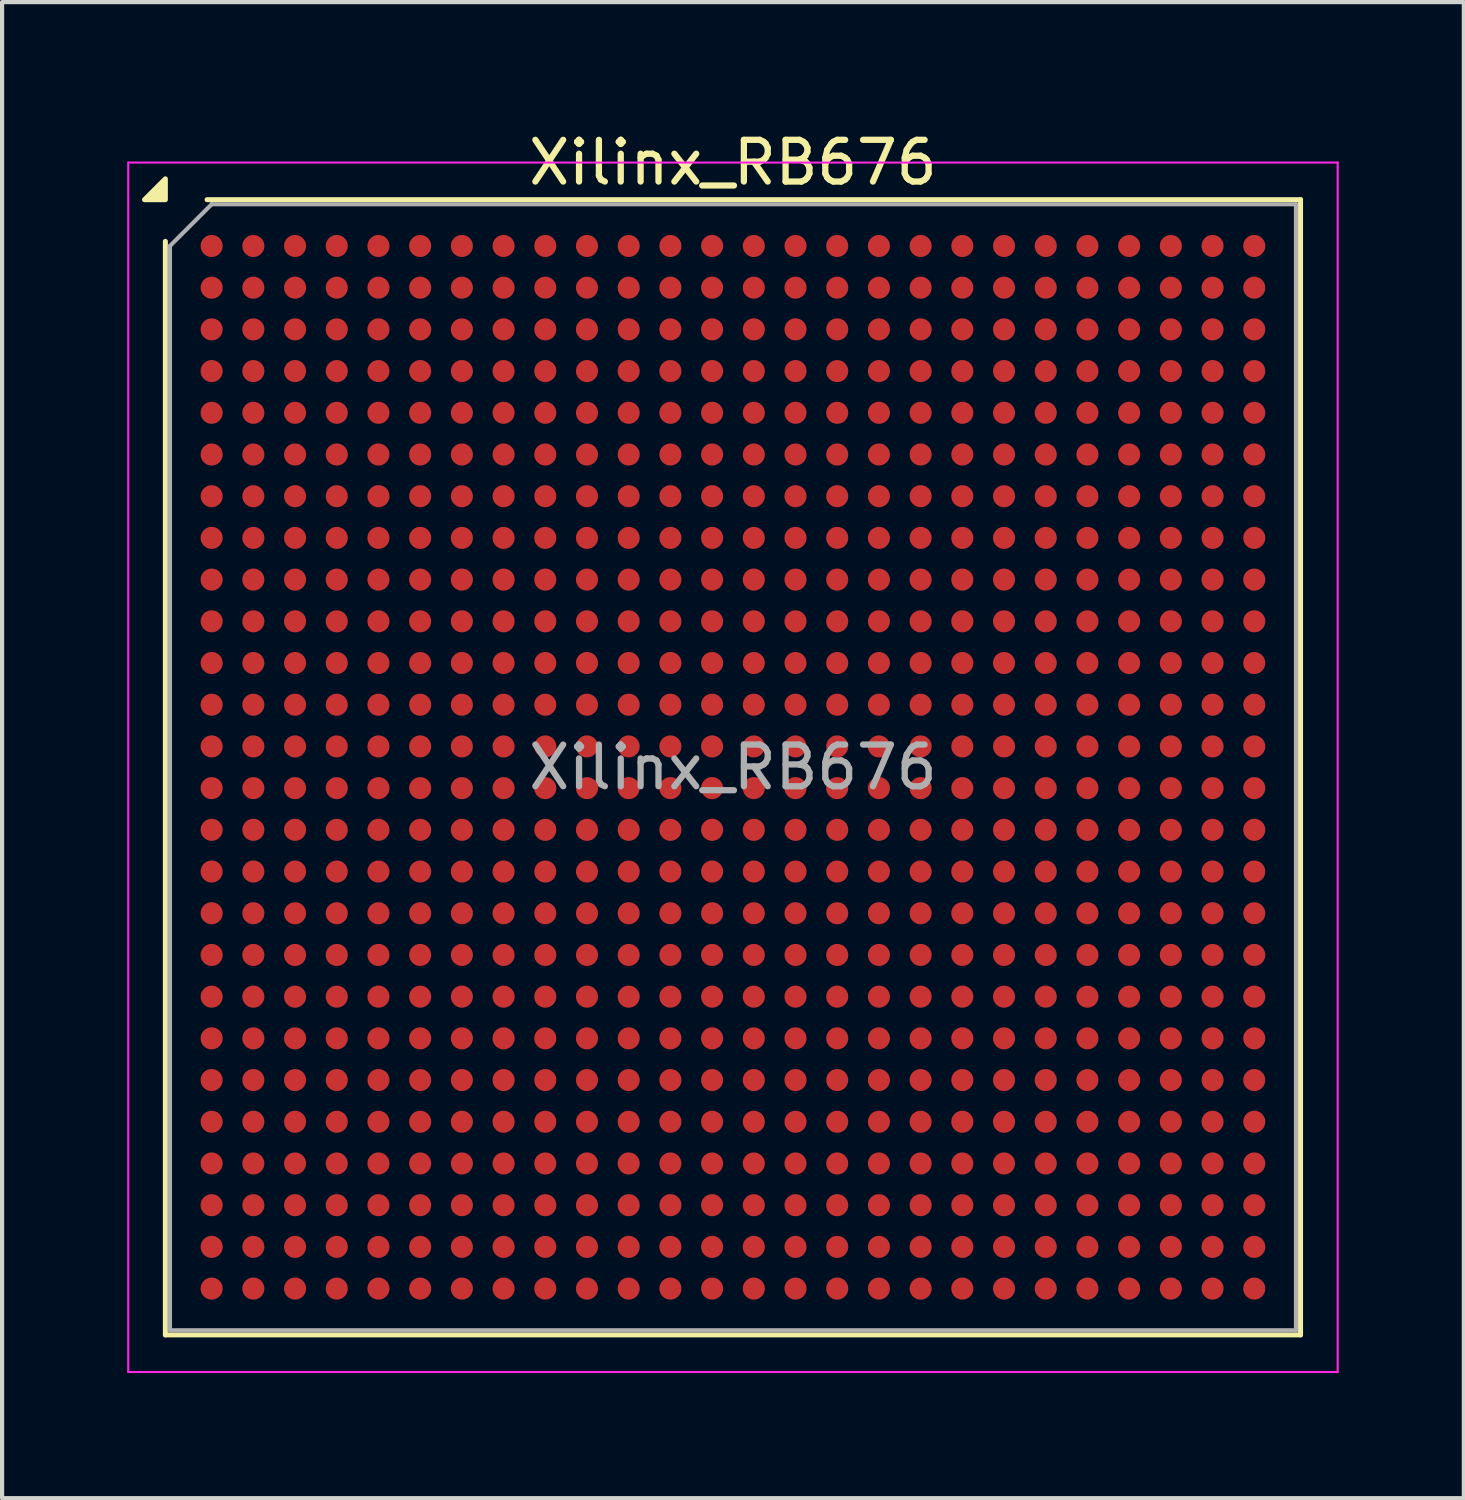
<source format=kicad_pcb>
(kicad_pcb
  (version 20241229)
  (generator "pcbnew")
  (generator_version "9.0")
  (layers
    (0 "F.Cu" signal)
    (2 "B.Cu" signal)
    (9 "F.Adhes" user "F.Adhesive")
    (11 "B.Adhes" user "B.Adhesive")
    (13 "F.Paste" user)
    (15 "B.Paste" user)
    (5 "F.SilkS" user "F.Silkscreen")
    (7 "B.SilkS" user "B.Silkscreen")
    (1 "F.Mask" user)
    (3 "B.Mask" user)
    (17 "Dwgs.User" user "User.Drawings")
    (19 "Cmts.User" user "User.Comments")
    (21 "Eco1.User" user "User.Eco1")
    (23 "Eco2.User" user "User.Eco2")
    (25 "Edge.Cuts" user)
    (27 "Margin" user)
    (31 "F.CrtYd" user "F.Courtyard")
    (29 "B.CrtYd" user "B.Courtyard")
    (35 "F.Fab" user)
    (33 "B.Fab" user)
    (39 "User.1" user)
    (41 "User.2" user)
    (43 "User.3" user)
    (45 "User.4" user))
  (footprint "Xilinx_RB676"
    (layer "F.Cu")
    (at 14.525 15.348)
    (property "Reference" "Xilinx_RB676" (at 0 -14.5 0) (layer "F.SilkS") (effects (font (size 1 1) (thickness 0.15))))
    (attr smd)
    (fp_line (start -13.61 13.61) (end -13.61 -12.61) (stroke (width 0.12) (type solid)) (layer "F.SilkS"))
    (fp_line (start -12.61 -13.61) (end 13.61 -13.61) (stroke (width 0.12) (type solid)) (layer "F.SilkS"))
    (fp_line (start 13.61 -13.61) (end 13.61 13.61) (stroke (width 0.12) (type solid)) (layer "F.SilkS"))
    (fp_line (start 13.61 13.61) (end -13.61 13.61) (stroke (width 0.12) (type solid)) (layer "F.SilkS"))
    (fp_poly (pts (xy -13.61 -13.61) (xy -14.11 -13.61) (xy -13.61 -14.11) (xy -13.61 -13.61)) (stroke (width 0.12) (type solid)) (fill yes) (layer "F.SilkS"))
    (fp_line (start -14.5 -14.5) (end -14.5 14.5) (stroke (width 0.05) (type solid)) (layer "F.CrtYd"))
    (fp_line (start -14.5 14.5) (end 14.5 14.5) (stroke (width 0.05) (type solid)) (layer "F.CrtYd"))
    (fp_line (start 14.5 -14.5) (end -14.5 -14.5) (stroke (width 0.05) (type solid)) (layer "F.CrtYd"))
    (fp_line (start 14.5 14.5) (end 14.5 -14.5) (stroke (width 0.05) (type solid)) (layer "F.CrtYd"))
    (fp_line (start -13.5 -12.5) (end -12.5 -13.5) (stroke (width 0.1) (type solid)) (layer "F.Fab"))
    (fp_line (start -13.5 13.5) (end -13.5 -12.5) (stroke (width 0.1) (type solid)) (layer "F.Fab"))
    (fp_line (start -12.5 -13.5) (end 13.5 -13.5) (stroke (width 0.1) (type solid)) (layer "F.Fab"))
    (fp_line (start 13.5 -13.5) (end 13.5 13.5) (stroke (width 0.1) (type solid)) (layer "F.Fab"))
    (fp_line (start 13.5 13.5) (end -13.5 13.5) (stroke (width 0.1) (type solid)) (layer "F.Fab"))
    (fp_text user "${REFERENCE}" (at 0 0 0) (layer "F.Fab") (effects (font (size 1 1) (thickness 0.15))))
    (pad "A1" smd circle (at -12.5 -12.5) (size 0.53 0.53) (property pad_prop_bga) (layers "F.Cu" "F.Mask" "F.Paste"))
    (pad "A2" smd circle (at -11.5 -12.5) (size 0.53 0.53) (property pad_prop_bga) (layers "F.Cu" "F.Mask" "F.Paste"))
    (pad "A3" smd circle (at -10.5 -12.5) (size 0.53 0.53) (property pad_prop_bga) (layers "F.Cu" "F.Mask" "F.Paste"))
    (pad "A4" smd circle (at -9.5 -12.5) (size 0.53 0.53) (property pad_prop_bga) (layers "F.Cu" "F.Mask" "F.Paste"))
    (pad "A5" smd circle (at -8.5 -12.5) (size 0.53 0.53) (property pad_prop_bga) (layers "F.Cu" "F.Mask" "F.Paste"))
    (pad "A6" smd circle (at -7.5 -12.5) (size 0.53 0.53) (property pad_prop_bga) (layers "F.Cu" "F.Mask" "F.Paste"))
    (pad "A7" smd circle (at -6.5 -12.5) (size 0.53 0.53) (property pad_prop_bga) (layers "F.Cu" "F.Mask" "F.Paste"))
    (pad "A8" smd circle (at -5.5 -12.5) (size 0.53 0.53) (property pad_prop_bga) (layers "F.Cu" "F.Mask" "F.Paste"))
    (pad "A9" smd circle (at -4.5 -12.5) (size 0.53 0.53) (property pad_prop_bga) (layers "F.Cu" "F.Mask" "F.Paste"))
    (pad "A10" smd circle (at -3.5 -12.5) (size 0.53 0.53) (property pad_prop_bga) (layers "F.Cu" "F.Mask" "F.Paste"))
    (pad "A11" smd circle (at -2.5 -12.5) (size 0.53 0.53) (property pad_prop_bga) (layers "F.Cu" "F.Mask" "F.Paste"))
    (pad "A12" smd circle (at -1.5 -12.5) (size 0.53 0.53) (property pad_prop_bga) (layers "F.Cu" "F.Mask" "F.Paste"))
    (pad "A13" smd circle (at -0.5 -12.5) (size 0.53 0.53) (property pad_prop_bga) (layers "F.Cu" "F.Mask" "F.Paste"))
    (pad "A14" smd circle (at 0.5 -12.5) (size 0.53 0.53) (property pad_prop_bga) (layers "F.Cu" "F.Mask" "F.Paste"))
    (pad "A15" smd circle (at 1.5 -12.5) (size 0.53 0.53) (property pad_prop_bga) (layers "F.Cu" "F.Mask" "F.Paste"))
    (pad "A16" smd circle (at 2.5 -12.5) (size 0.53 0.53) (property pad_prop_bga) (layers "F.Cu" "F.Mask" "F.Paste"))
    (pad "A17" smd circle (at 3.5 -12.5) (size 0.53 0.53) (property pad_prop_bga) (layers "F.Cu" "F.Mask" "F.Paste"))
    (pad "A18" smd circle (at 4.5 -12.5) (size 0.53 0.53) (property pad_prop_bga) (layers "F.Cu" "F.Mask" "F.Paste"))
    (pad "A19" smd circle (at 5.5 -12.5) (size 0.53 0.53) (property pad_prop_bga) (layers "F.Cu" "F.Mask" "F.Paste"))
    (pad "A20" smd circle (at 6.5 -12.5) (size 0.53 0.53) (property pad_prop_bga) (layers "F.Cu" "F.Mask" "F.Paste"))
    (pad "A21" smd circle (at 7.5 -12.5) (size 0.53 0.53) (property pad_prop_bga) (layers "F.Cu" "F.Mask" "F.Paste"))
    (pad "A22" smd circle (at 8.5 -12.5) (size 0.53 0.53) (property pad_prop_bga) (layers "F.Cu" "F.Mask" "F.Paste"))
    (pad "A23" smd circle (at 9.5 -12.5) (size 0.53 0.53) (property pad_prop_bga) (layers "F.Cu" "F.Mask" "F.Paste"))
    (pad "A24" smd circle (at 10.5 -12.5) (size 0.53 0.53) (property pad_prop_bga) (layers "F.Cu" "F.Mask" "F.Paste"))
    (pad "A25" smd circle (at 11.5 -12.5) (size 0.53 0.53) (property pad_prop_bga) (layers "F.Cu" "F.Mask" "F.Paste"))
    (pad "A26" smd circle (at 12.5 -12.5) (size 0.53 0.53) (property pad_prop_bga) (layers "F.Cu" "F.Mask" "F.Paste"))
    (pad "AA1" smd circle (at -12.5 7.5) (size 0.53 0.53) (property pad_prop_bga) (layers "F.Cu" "F.Mask" "F.Paste"))
    (pad "AA2" smd circle (at -11.5 7.5) (size 0.53 0.53) (property pad_prop_bga) (layers "F.Cu" "F.Mask" "F.Paste"))
    (pad "AA3" smd circle (at -10.5 7.5) (size 0.53 0.53) (property pad_prop_bga) (layers "F.Cu" "F.Mask" "F.Paste"))
    (pad "AA4" smd circle (at -9.5 7.5) (size 0.53 0.53) (property pad_prop_bga) (layers "F.Cu" "F.Mask" "F.Paste"))
    (pad "AA5" smd circle (at -8.5 7.5) (size 0.53 0.53) (property pad_prop_bga) (layers "F.Cu" "F.Mask" "F.Paste"))
    (pad "AA6" smd circle (at -7.5 7.5) (size 0.53 0.53) (property pad_prop_bga) (layers "F.Cu" "F.Mask" "F.Paste"))
    (pad "AA7" smd circle (at -6.5 7.5) (size 0.53 0.53) (property pad_prop_bga) (layers "F.Cu" "F.Mask" "F.Paste"))
    (pad "AA8" smd circle (at -5.5 7.5) (size 0.53 0.53) (property pad_prop_bga) (layers "F.Cu" "F.Mask" "F.Paste"))
    (pad "AA9" smd circle (at -4.5 7.5) (size 0.53 0.53) (property pad_prop_bga) (layers "F.Cu" "F.Mask" "F.Paste"))
    (pad "AA10" smd circle (at -3.5 7.5) (size 0.53 0.53) (property pad_prop_bga) (layers "F.Cu" "F.Mask" "F.Paste"))
    (pad "AA11" smd circle (at -2.5 7.5) (size 0.53 0.53) (property pad_prop_bga) (layers "F.Cu" "F.Mask" "F.Paste"))
    (pad "AA12" smd circle (at -1.5 7.5) (size 0.53 0.53) (property pad_prop_bga) (layers "F.Cu" "F.Mask" "F.Paste"))
    (pad "AA13" smd circle (at -0.5 7.5) (size 0.53 0.53) (property pad_prop_bga) (layers "F.Cu" "F.Mask" "F.Paste"))
    (pad "AA14" smd circle (at 0.5 7.5) (size 0.53 0.53) (property pad_prop_bga) (layers "F.Cu" "F.Mask" "F.Paste"))
    (pad "AA15" smd circle (at 1.5 7.5) (size 0.53 0.53) (property pad_prop_bga) (layers "F.Cu" "F.Mask" "F.Paste"))
    (pad "AA16" smd circle (at 2.5 7.5) (size 0.53 0.53) (property pad_prop_bga) (layers "F.Cu" "F.Mask" "F.Paste"))
    (pad "AA17" smd circle (at 3.5 7.5) (size 0.53 0.53) (property pad_prop_bga) (layers "F.Cu" "F.Mask" "F.Paste"))
    (pad "AA18" smd circle (at 4.5 7.5) (size 0.53 0.53) (property pad_prop_bga) (layers "F.Cu" "F.Mask" "F.Paste"))
    (pad "AA19" smd circle (at 5.5 7.5) (size 0.53 0.53) (property pad_prop_bga) (layers "F.Cu" "F.Mask" "F.Paste"))
    (pad "AA20" smd circle (at 6.5 7.5) (size 0.53 0.53) (property pad_prop_bga) (layers "F.Cu" "F.Mask" "F.Paste"))
    (pad "AA21" smd circle (at 7.5 7.5) (size 0.53 0.53) (property pad_prop_bga) (layers "F.Cu" "F.Mask" "F.Paste"))
    (pad "AA22" smd circle (at 8.5 7.5) (size 0.53 0.53) (property pad_prop_bga) (layers "F.Cu" "F.Mask" "F.Paste"))
    (pad "AA23" smd circle (at 9.5 7.5) (size 0.53 0.53) (property pad_prop_bga) (layers "F.Cu" "F.Mask" "F.Paste"))
    (pad "AA24" smd circle (at 10.5 7.5) (size 0.53 0.53) (property pad_prop_bga) (layers "F.Cu" "F.Mask" "F.Paste"))
    (pad "AA25" smd circle (at 11.5 7.5) (size 0.53 0.53) (property pad_prop_bga) (layers "F.Cu" "F.Mask" "F.Paste"))
    (pad "AA26" smd circle (at 12.5 7.5) (size 0.53 0.53) (property pad_prop_bga) (layers "F.Cu" "F.Mask" "F.Paste"))
    (pad "AB1" smd circle (at -12.5 8.5) (size 0.53 0.53) (property pad_prop_bga) (layers "F.Cu" "F.Mask" "F.Paste"))
    (pad "AB2" smd circle (at -11.5 8.5) (size 0.53 0.53) (property pad_prop_bga) (layers "F.Cu" "F.Mask" "F.Paste"))
    (pad "AB3" smd circle (at -10.5 8.5) (size 0.53 0.53) (property pad_prop_bga) (layers "F.Cu" "F.Mask" "F.Paste"))
    (pad "AB4" smd circle (at -9.5 8.5) (size 0.53 0.53) (property pad_prop_bga) (layers "F.Cu" "F.Mask" "F.Paste"))
    (pad "AB5" smd circle (at -8.5 8.5) (size 0.53 0.53) (property pad_prop_bga) (layers "F.Cu" "F.Mask" "F.Paste"))
    (pad "AB6" smd circle (at -7.5 8.5) (size 0.53 0.53) (property pad_prop_bga) (layers "F.Cu" "F.Mask" "F.Paste"))
    (pad "AB7" smd circle (at -6.5 8.5) (size 0.53 0.53) (property pad_prop_bga) (layers "F.Cu" "F.Mask" "F.Paste"))
    (pad "AB8" smd circle (at -5.5 8.5) (size 0.53 0.53) (property pad_prop_bga) (layers "F.Cu" "F.Mask" "F.Paste"))
    (pad "AB9" smd circle (at -4.5 8.5) (size 0.53 0.53) (property pad_prop_bga) (layers "F.Cu" "F.Mask" "F.Paste"))
    (pad "AB10" smd circle (at -3.5 8.5) (size 0.53 0.53) (property pad_prop_bga) (layers "F.Cu" "F.Mask" "F.Paste"))
    (pad "AB11" smd circle (at -2.5 8.5) (size 0.53 0.53) (property pad_prop_bga) (layers "F.Cu" "F.Mask" "F.Paste"))
    (pad "AB12" smd circle (at -1.5 8.5) (size 0.53 0.53) (property pad_prop_bga) (layers "F.Cu" "F.Mask" "F.Paste"))
    (pad "AB13" smd circle (at -0.5 8.5) (size 0.53 0.53) (property pad_prop_bga) (layers "F.Cu" "F.Mask" "F.Paste"))
    (pad "AB14" smd circle (at 0.5 8.5) (size 0.53 0.53) (property pad_prop_bga) (layers "F.Cu" "F.Mask" "F.Paste"))
    (pad "AB15" smd circle (at 1.5 8.5) (size 0.53 0.53) (property pad_prop_bga) (layers "F.Cu" "F.Mask" "F.Paste"))
    (pad "AB16" smd circle (at 2.5 8.5) (size 0.53 0.53) (property pad_prop_bga) (layers "F.Cu" "F.Mask" "F.Paste"))
    (pad "AB17" smd circle (at 3.5 8.5) (size 0.53 0.53) (property pad_prop_bga) (layers "F.Cu" "F.Mask" "F.Paste"))
    (pad "AB18" smd circle (at 4.5 8.5) (size 0.53 0.53) (property pad_prop_bga) (layers "F.Cu" "F.Mask" "F.Paste"))
    (pad "AB19" smd circle (at 5.5 8.5) (size 0.53 0.53) (property pad_prop_bga) (layers "F.Cu" "F.Mask" "F.Paste"))
    (pad "AB20" smd circle (at 6.5 8.5) (size 0.53 0.53) (property pad_prop_bga) (layers "F.Cu" "F.Mask" "F.Paste"))
    (pad "AB21" smd circle (at 7.5 8.5) (size 0.53 0.53) (property pad_prop_bga) (layers "F.Cu" "F.Mask" "F.Paste"))
    (pad "AB22" smd circle (at 8.5 8.5) (size 0.53 0.53) (property pad_prop_bga) (layers "F.Cu" "F.Mask" "F.Paste"))
    (pad "AB23" smd circle (at 9.5 8.5) (size 0.53 0.53) (property pad_prop_bga) (layers "F.Cu" "F.Mask" "F.Paste"))
    (pad "AB24" smd circle (at 10.5 8.5) (size 0.53 0.53) (property pad_prop_bga) (layers "F.Cu" "F.Mask" "F.Paste"))
    (pad "AB25" smd circle (at 11.5 8.5) (size 0.53 0.53) (property pad_prop_bga) (layers "F.Cu" "F.Mask" "F.Paste"))
    (pad "AB26" smd circle (at 12.5 8.5) (size 0.53 0.53) (property pad_prop_bga) (layers "F.Cu" "F.Mask" "F.Paste"))
    (pad "AC1" smd circle (at -12.5 9.5) (size 0.53 0.53) (property pad_prop_bga) (layers "F.Cu" "F.Mask" "F.Paste"))
    (pad "AC2" smd circle (at -11.5 9.5) (size 0.53 0.53) (property pad_prop_bga) (layers "F.Cu" "F.Mask" "F.Paste"))
    (pad "AC3" smd circle (at -10.5 9.5) (size 0.53 0.53) (property pad_prop_bga) (layers "F.Cu" "F.Mask" "F.Paste"))
    (pad "AC4" smd circle (at -9.5 9.5) (size 0.53 0.53) (property pad_prop_bga) (layers "F.Cu" "F.Mask" "F.Paste"))
    (pad "AC5" smd circle (at -8.5 9.5) (size 0.53 0.53) (property pad_prop_bga) (layers "F.Cu" "F.Mask" "F.Paste"))
    (pad "AC6" smd circle (at -7.5 9.5) (size 0.53 0.53) (property pad_prop_bga) (layers "F.Cu" "F.Mask" "F.Paste"))
    (pad "AC7" smd circle (at -6.5 9.5) (size 0.53 0.53) (property pad_prop_bga) (layers "F.Cu" "F.Mask" "F.Paste"))
    (pad "AC8" smd circle (at -5.5 9.5) (size 0.53 0.53) (property pad_prop_bga) (layers "F.Cu" "F.Mask" "F.Paste"))
    (pad "AC9" smd circle (at -4.5 9.5) (size 0.53 0.53) (property pad_prop_bga) (layers "F.Cu" "F.Mask" "F.Paste"))
    (pad "AC10" smd circle (at -3.5 9.5) (size 0.53 0.53) (property pad_prop_bga) (layers "F.Cu" "F.Mask" "F.Paste"))
    (pad "AC11" smd circle (at -2.5 9.5) (size 0.53 0.53) (property pad_prop_bga) (layers "F.Cu" "F.Mask" "F.Paste"))
    (pad "AC12" smd circle (at -1.5 9.5) (size 0.53 0.53) (property pad_prop_bga) (layers "F.Cu" "F.Mask" "F.Paste"))
    (pad "AC13" smd circle (at -0.5 9.5) (size 0.53 0.53) (property pad_prop_bga) (layers "F.Cu" "F.Mask" "F.Paste"))
    (pad "AC14" smd circle (at 0.5 9.5) (size 0.53 0.53) (property pad_prop_bga) (layers "F.Cu" "F.Mask" "F.Paste"))
    (pad "AC15" smd circle (at 1.5 9.5) (size 0.53 0.53) (property pad_prop_bga) (layers "F.Cu" "F.Mask" "F.Paste"))
    (pad "AC16" smd circle (at 2.5 9.5) (size 0.53 0.53) (property pad_prop_bga) (layers "F.Cu" "F.Mask" "F.Paste"))
    (pad "AC17" smd circle (at 3.5 9.5) (size 0.53 0.53) (property pad_prop_bga) (layers "F.Cu" "F.Mask" "F.Paste"))
    (pad "AC18" smd circle (at 4.5 9.5) (size 0.53 0.53) (property pad_prop_bga) (layers "F.Cu" "F.Mask" "F.Paste"))
    (pad "AC19" smd circle (at 5.5 9.5) (size 0.53 0.53) (property pad_prop_bga) (layers "F.Cu" "F.Mask" "F.Paste"))
    (pad "AC20" smd circle (at 6.5 9.5) (size 0.53 0.53) (property pad_prop_bga) (layers "F.Cu" "F.Mask" "F.Paste"))
    (pad "AC21" smd circle (at 7.5 9.5) (size 0.53 0.53) (property pad_prop_bga) (layers "F.Cu" "F.Mask" "F.Paste"))
    (pad "AC22" smd circle (at 8.5 9.5) (size 0.53 0.53) (property pad_prop_bga) (layers "F.Cu" "F.Mask" "F.Paste"))
    (pad "AC23" smd circle (at 9.5 9.5) (size 0.53 0.53) (property pad_prop_bga) (layers "F.Cu" "F.Mask" "F.Paste"))
    (pad "AC24" smd circle (at 10.5 9.5) (size 0.53 0.53) (property pad_prop_bga) (layers "F.Cu" "F.Mask" "F.Paste"))
    (pad "AC25" smd circle (at 11.5 9.5) (size 0.53 0.53) (property pad_prop_bga) (layers "F.Cu" "F.Mask" "F.Paste"))
    (pad "AC26" smd circle (at 12.5 9.5) (size 0.53 0.53) (property pad_prop_bga) (layers "F.Cu" "F.Mask" "F.Paste"))
    (pad "AD1" smd circle (at -12.5 10.5) (size 0.53 0.53) (property pad_prop_bga) (layers "F.Cu" "F.Mask" "F.Paste"))
    (pad "AD2" smd circle (at -11.5 10.5) (size 0.53 0.53) (property pad_prop_bga) (layers "F.Cu" "F.Mask" "F.Paste"))
    (pad "AD3" smd circle (at -10.5 10.5) (size 0.53 0.53) (property pad_prop_bga) (layers "F.Cu" "F.Mask" "F.Paste"))
    (pad "AD4" smd circle (at -9.5 10.5) (size 0.53 0.53) (property pad_prop_bga) (layers "F.Cu" "F.Mask" "F.Paste"))
    (pad "AD5" smd circle (at -8.5 10.5) (size 0.53 0.53) (property pad_prop_bga) (layers "F.Cu" "F.Mask" "F.Paste"))
    (pad "AD6" smd circle (at -7.5 10.5) (size 0.53 0.53) (property pad_prop_bga) (layers "F.Cu" "F.Mask" "F.Paste"))
    (pad "AD7" smd circle (at -6.5 10.5) (size 0.53 0.53) (property pad_prop_bga) (layers "F.Cu" "F.Mask" "F.Paste"))
    (pad "AD8" smd circle (at -5.5 10.5) (size 0.53 0.53) (property pad_prop_bga) (layers "F.Cu" "F.Mask" "F.Paste"))
    (pad "AD9" smd circle (at -4.5 10.5) (size 0.53 0.53) (property pad_prop_bga) (layers "F.Cu" "F.Mask" "F.Paste"))
    (pad "AD10" smd circle (at -3.5 10.5) (size 0.53 0.53) (property pad_prop_bga) (layers "F.Cu" "F.Mask" "F.Paste"))
    (pad "AD11" smd circle (at -2.5 10.5) (size 0.53 0.53) (property pad_prop_bga) (layers "F.Cu" "F.Mask" "F.Paste"))
    (pad "AD12" smd circle (at -1.5 10.5) (size 0.53 0.53) (property pad_prop_bga) (layers "F.Cu" "F.Mask" "F.Paste"))
    (pad "AD13" smd circle (at -0.5 10.5) (size 0.53 0.53) (property pad_prop_bga) (layers "F.Cu" "F.Mask" "F.Paste"))
    (pad "AD14" smd circle (at 0.5 10.5) (size 0.53 0.53) (property pad_prop_bga) (layers "F.Cu" "F.Mask" "F.Paste"))
    (pad "AD15" smd circle (at 1.5 10.5) (size 0.53 0.53) (property pad_prop_bga) (layers "F.Cu" "F.Mask" "F.Paste"))
    (pad "AD16" smd circle (at 2.5 10.5) (size 0.53 0.53) (property pad_prop_bga) (layers "F.Cu" "F.Mask" "F.Paste"))
    (pad "AD17" smd circle (at 3.5 10.5) (size 0.53 0.53) (property pad_prop_bga) (layers "F.Cu" "F.Mask" "F.Paste"))
    (pad "AD18" smd circle (at 4.5 10.5) (size 0.53 0.53) (property pad_prop_bga) (layers "F.Cu" "F.Mask" "F.Paste"))
    (pad "AD19" smd circle (at 5.5 10.5) (size 0.53 0.53) (property pad_prop_bga) (layers "F.Cu" "F.Mask" "F.Paste"))
    (pad "AD20" smd circle (at 6.5 10.5) (size 0.53 0.53) (property pad_prop_bga) (layers "F.Cu" "F.Mask" "F.Paste"))
    (pad "AD21" smd circle (at 7.5 10.5) (size 0.53 0.53) (property pad_prop_bga) (layers "F.Cu" "F.Mask" "F.Paste"))
    (pad "AD22" smd circle (at 8.5 10.5) (size 0.53 0.53) (property pad_prop_bga) (layers "F.Cu" "F.Mask" "F.Paste"))
    (pad "AD23" smd circle (at 9.5 10.5) (size 0.53 0.53) (property pad_prop_bga) (layers "F.Cu" "F.Mask" "F.Paste"))
    (pad "AD24" smd circle (at 10.5 10.5) (size 0.53 0.53) (property pad_prop_bga) (layers "F.Cu" "F.Mask" "F.Paste"))
    (pad "AD25" smd circle (at 11.5 10.5) (size 0.53 0.53) (property pad_prop_bga) (layers "F.Cu" "F.Mask" "F.Paste"))
    (pad "AD26" smd circle (at 12.5 10.5) (size 0.53 0.53) (property pad_prop_bga) (layers "F.Cu" "F.Mask" "F.Paste"))
    (pad "AE1" smd circle (at -12.5 11.5) (size 0.53 0.53) (property pad_prop_bga) (layers "F.Cu" "F.Mask" "F.Paste"))
    (pad "AE2" smd circle (at -11.5 11.5) (size 0.53 0.53) (property pad_prop_bga) (layers "F.Cu" "F.Mask" "F.Paste"))
    (pad "AE3" smd circle (at -10.5 11.5) (size 0.53 0.53) (property pad_prop_bga) (layers "F.Cu" "F.Mask" "F.Paste"))
    (pad "AE4" smd circle (at -9.5 11.5) (size 0.53 0.53) (property pad_prop_bga) (layers "F.Cu" "F.Mask" "F.Paste"))
    (pad "AE5" smd circle (at -8.5 11.5) (size 0.53 0.53) (property pad_prop_bga) (layers "F.Cu" "F.Mask" "F.Paste"))
    (pad "AE6" smd circle (at -7.5 11.5) (size 0.53 0.53) (property pad_prop_bga) (layers "F.Cu" "F.Mask" "F.Paste"))
    (pad "AE7" smd circle (at -6.5 11.5) (size 0.53 0.53) (property pad_prop_bga) (layers "F.Cu" "F.Mask" "F.Paste"))
    (pad "AE8" smd circle (at -5.5 11.5) (size 0.53 0.53) (property pad_prop_bga) (layers "F.Cu" "F.Mask" "F.Paste"))
    (pad "AE9" smd circle (at -4.5 11.5) (size 0.53 0.53) (property pad_prop_bga) (layers "F.Cu" "F.Mask" "F.Paste"))
    (pad "AE10" smd circle (at -3.5 11.5) (size 0.53 0.53) (property pad_prop_bga) (layers "F.Cu" "F.Mask" "F.Paste"))
    (pad "AE11" smd circle (at -2.5 11.5) (size 0.53 0.53) (property pad_prop_bga) (layers "F.Cu" "F.Mask" "F.Paste"))
    (pad "AE12" smd circle (at -1.5 11.5) (size 0.53 0.53) (property pad_prop_bga) (layers "F.Cu" "F.Mask" "F.Paste"))
    (pad "AE13" smd circle (at -0.5 11.5) (size 0.53 0.53) (property pad_prop_bga) (layers "F.Cu" "F.Mask" "F.Paste"))
    (pad "AE14" smd circle (at 0.5 11.5) (size 0.53 0.53) (property pad_prop_bga) (layers "F.Cu" "F.Mask" "F.Paste"))
    (pad "AE15" smd circle (at 1.5 11.5) (size 0.53 0.53) (property pad_prop_bga) (layers "F.Cu" "F.Mask" "F.Paste"))
    (pad "AE16" smd circle (at 2.5 11.5) (size 0.53 0.53) (property pad_prop_bga) (layers "F.Cu" "F.Mask" "F.Paste"))
    (pad "AE17" smd circle (at 3.5 11.5) (size 0.53 0.53) (property pad_prop_bga) (layers "F.Cu" "F.Mask" "F.Paste"))
    (pad "AE18" smd circle (at 4.5 11.5) (size 0.53 0.53) (property pad_prop_bga) (layers "F.Cu" "F.Mask" "F.Paste"))
    (pad "AE19" smd circle (at 5.5 11.5) (size 0.53 0.53) (property pad_prop_bga) (layers "F.Cu" "F.Mask" "F.Paste"))
    (pad "AE20" smd circle (at 6.5 11.5) (size 0.53 0.53) (property pad_prop_bga) (layers "F.Cu" "F.Mask" "F.Paste"))
    (pad "AE21" smd circle (at 7.5 11.5) (size 0.53 0.53) (property pad_prop_bga) (layers "F.Cu" "F.Mask" "F.Paste"))
    (pad "AE22" smd circle (at 8.5 11.5) (size 0.53 0.53) (property pad_prop_bga) (layers "F.Cu" "F.Mask" "F.Paste"))
    (pad "AE23" smd circle (at 9.5 11.5) (size 0.53 0.53) (property pad_prop_bga) (layers "F.Cu" "F.Mask" "F.Paste"))
    (pad "AE24" smd circle (at 10.5 11.5) (size 0.53 0.53) (property pad_prop_bga) (layers "F.Cu" "F.Mask" "F.Paste"))
    (pad "AE25" smd circle (at 11.5 11.5) (size 0.53 0.53) (property pad_prop_bga) (layers "F.Cu" "F.Mask" "F.Paste"))
    (pad "AE26" smd circle (at 12.5 11.5) (size 0.53 0.53) (property pad_prop_bga) (layers "F.Cu" "F.Mask" "F.Paste"))
    (pad "AF1" smd circle (at -12.5 12.5) (size 0.53 0.53) (property pad_prop_bga) (layers "F.Cu" "F.Mask" "F.Paste"))
    (pad "AF2" smd circle (at -11.5 12.5) (size 0.53 0.53) (property pad_prop_bga) (layers "F.Cu" "F.Mask" "F.Paste"))
    (pad "AF3" smd circle (at -10.5 12.5) (size 0.53 0.53) (property pad_prop_bga) (layers "F.Cu" "F.Mask" "F.Paste"))
    (pad "AF4" smd circle (at -9.5 12.5) (size 0.53 0.53) (property pad_prop_bga) (layers "F.Cu" "F.Mask" "F.Paste"))
    (pad "AF5" smd circle (at -8.5 12.5) (size 0.53 0.53) (property pad_prop_bga) (layers "F.Cu" "F.Mask" "F.Paste"))
    (pad "AF6" smd circle (at -7.5 12.5) (size 0.53 0.53) (property pad_prop_bga) (layers "F.Cu" "F.Mask" "F.Paste"))
    (pad "AF7" smd circle (at -6.5 12.5) (size 0.53 0.53) (property pad_prop_bga) (layers "F.Cu" "F.Mask" "F.Paste"))
    (pad "AF8" smd circle (at -5.5 12.5) (size 0.53 0.53) (property pad_prop_bga) (layers "F.Cu" "F.Mask" "F.Paste"))
    (pad "AF9" smd circle (at -4.5 12.5) (size 0.53 0.53) (property pad_prop_bga) (layers "F.Cu" "F.Mask" "F.Paste"))
    (pad "AF10" smd circle (at -3.5 12.5) (size 0.53 0.53) (property pad_prop_bga) (layers "F.Cu" "F.Mask" "F.Paste"))
    (pad "AF11" smd circle (at -2.5 12.5) (size 0.53 0.53) (property pad_prop_bga) (layers "F.Cu" "F.Mask" "F.Paste"))
    (pad "AF12" smd circle (at -1.5 12.5) (size 0.53 0.53) (property pad_prop_bga) (layers "F.Cu" "F.Mask" "F.Paste"))
    (pad "AF13" smd circle (at -0.5 12.5) (size 0.53 0.53) (property pad_prop_bga) (layers "F.Cu" "F.Mask" "F.Paste"))
    (pad "AF14" smd circle (at 0.5 12.5) (size 0.53 0.53) (property pad_prop_bga) (layers "F.Cu" "F.Mask" "F.Paste"))
    (pad "AF15" smd circle (at 1.5 12.5) (size 0.53 0.53) (property pad_prop_bga) (layers "F.Cu" "F.Mask" "F.Paste"))
    (pad "AF16" smd circle (at 2.5 12.5) (size 0.53 0.53) (property pad_prop_bga) (layers "F.Cu" "F.Mask" "F.Paste"))
    (pad "AF17" smd circle (at 3.5 12.5) (size 0.53 0.53) (property pad_prop_bga) (layers "F.Cu" "F.Mask" "F.Paste"))
    (pad "AF18" smd circle (at 4.5 12.5) (size 0.53 0.53) (property pad_prop_bga) (layers "F.Cu" "F.Mask" "F.Paste"))
    (pad "AF19" smd circle (at 5.5 12.5) (size 0.53 0.53) (property pad_prop_bga) (layers "F.Cu" "F.Mask" "F.Paste"))
    (pad "AF20" smd circle (at 6.5 12.5) (size 0.53 0.53) (property pad_prop_bga) (layers "F.Cu" "F.Mask" "F.Paste"))
    (pad "AF21" smd circle (at 7.5 12.5) (size 0.53 0.53) (property pad_prop_bga) (layers "F.Cu" "F.Mask" "F.Paste"))
    (pad "AF22" smd circle (at 8.5 12.5) (size 0.53 0.53) (property pad_prop_bga) (layers "F.Cu" "F.Mask" "F.Paste"))
    (pad "AF23" smd circle (at 9.5 12.5) (size 0.53 0.53) (property pad_prop_bga) (layers "F.Cu" "F.Mask" "F.Paste"))
    (pad "AF24" smd circle (at 10.5 12.5) (size 0.53 0.53) (property pad_prop_bga) (layers "F.Cu" "F.Mask" "F.Paste"))
    (pad "AF25" smd circle (at 11.5 12.5) (size 0.53 0.53) (property pad_prop_bga) (layers "F.Cu" "F.Mask" "F.Paste"))
    (pad "AF26" smd circle (at 12.5 12.5) (size 0.53 0.53) (property pad_prop_bga) (layers "F.Cu" "F.Mask" "F.Paste"))
    (pad "B1" smd circle (at -12.5 -11.5) (size 0.53 0.53) (property pad_prop_bga) (layers "F.Cu" "F.Mask" "F.Paste"))
    (pad "B2" smd circle (at -11.5 -11.5) (size 0.53 0.53) (property pad_prop_bga) (layers "F.Cu" "F.Mask" "F.Paste"))
    (pad "B3" smd circle (at -10.5 -11.5) (size 0.53 0.53) (property pad_prop_bga) (layers "F.Cu" "F.Mask" "F.Paste"))
    (pad "B4" smd circle (at -9.5 -11.5) (size 0.53 0.53) (property pad_prop_bga) (layers "F.Cu" "F.Mask" "F.Paste"))
    (pad "B5" smd circle (at -8.5 -11.5) (size 0.53 0.53) (property pad_prop_bga) (layers "F.Cu" "F.Mask" "F.Paste"))
    (pad "B6" smd circle (at -7.5 -11.5) (size 0.53 0.53) (property pad_prop_bga) (layers "F.Cu" "F.Mask" "F.Paste"))
    (pad "B7" smd circle (at -6.5 -11.5) (size 0.53 0.53) (property pad_prop_bga) (layers "F.Cu" "F.Mask" "F.Paste"))
    (pad "B8" smd circle (at -5.5 -11.5) (size 0.53 0.53) (property pad_prop_bga) (layers "F.Cu" "F.Mask" "F.Paste"))
    (pad "B9" smd circle (at -4.5 -11.5) (size 0.53 0.53) (property pad_prop_bga) (layers "F.Cu" "F.Mask" "F.Paste"))
    (pad "B10" smd circle (at -3.5 -11.5) (size 0.53 0.53) (property pad_prop_bga) (layers "F.Cu" "F.Mask" "F.Paste"))
    (pad "B11" smd circle (at -2.5 -11.5) (size 0.53 0.53) (property pad_prop_bga) (layers "F.Cu" "F.Mask" "F.Paste"))
    (pad "B12" smd circle (at -1.5 -11.5) (size 0.53 0.53) (property pad_prop_bga) (layers "F.Cu" "F.Mask" "F.Paste"))
    (pad "B13" smd circle (at -0.5 -11.5) (size 0.53 0.53) (property pad_prop_bga) (layers "F.Cu" "F.Mask" "F.Paste"))
    (pad "B14" smd circle (at 0.5 -11.5) (size 0.53 0.53) (property pad_prop_bga) (layers "F.Cu" "F.Mask" "F.Paste"))
    (pad "B15" smd circle (at 1.5 -11.5) (size 0.53 0.53) (property pad_prop_bga) (layers "F.Cu" "F.Mask" "F.Paste"))
    (pad "B16" smd circle (at 2.5 -11.5) (size 0.53 0.53) (property pad_prop_bga) (layers "F.Cu" "F.Mask" "F.Paste"))
    (pad "B17" smd circle (at 3.5 -11.5) (size 0.53 0.53) (property pad_prop_bga) (layers "F.Cu" "F.Mask" "F.Paste"))
    (pad "B18" smd circle (at 4.5 -11.5) (size 0.53 0.53) (property pad_prop_bga) (layers "F.Cu" "F.Mask" "F.Paste"))
    (pad "B19" smd circle (at 5.5 -11.5) (size 0.53 0.53) (property pad_prop_bga) (layers "F.Cu" "F.Mask" "F.Paste"))
    (pad "B20" smd circle (at 6.5 -11.5) (size 0.53 0.53) (property pad_prop_bga) (layers "F.Cu" "F.Mask" "F.Paste"))
    (pad "B21" smd circle (at 7.5 -11.5) (size 0.53 0.53) (property pad_prop_bga) (layers "F.Cu" "F.Mask" "F.Paste"))
    (pad "B22" smd circle (at 8.5 -11.5) (size 0.53 0.53) (property pad_prop_bga) (layers "F.Cu" "F.Mask" "F.Paste"))
    (pad "B23" smd circle (at 9.5 -11.5) (size 0.53 0.53) (property pad_prop_bga) (layers "F.Cu" "F.Mask" "F.Paste"))
    (pad "B24" smd circle (at 10.5 -11.5) (size 0.53 0.53) (property pad_prop_bga) (layers "F.Cu" "F.Mask" "F.Paste"))
    (pad "B25" smd circle (at 11.5 -11.5) (size 0.53 0.53) (property pad_prop_bga) (layers "F.Cu" "F.Mask" "F.Paste"))
    (pad "B26" smd circle (at 12.5 -11.5) (size 0.53 0.53) (property pad_prop_bga) (layers "F.Cu" "F.Mask" "F.Paste"))
    (pad "C1" smd circle (at -12.5 -10.5) (size 0.53 0.53) (property pad_prop_bga) (layers "F.Cu" "F.Mask" "F.Paste"))
    (pad "C2" smd circle (at -11.5 -10.5) (size 0.53 0.53) (property pad_prop_bga) (layers "F.Cu" "F.Mask" "F.Paste"))
    (pad "C3" smd circle (at -10.5 -10.5) (size 0.53 0.53) (property pad_prop_bga) (layers "F.Cu" "F.Mask" "F.Paste"))
    (pad "C4" smd circle (at -9.5 -10.5) (size 0.53 0.53) (property pad_prop_bga) (layers "F.Cu" "F.Mask" "F.Paste"))
    (pad "C5" smd circle (at -8.5 -10.5) (size 0.53 0.53) (property pad_prop_bga) (layers "F.Cu" "F.Mask" "F.Paste"))
    (pad "C6" smd circle (at -7.5 -10.5) (size 0.53 0.53) (property pad_prop_bga) (layers "F.Cu" "F.Mask" "F.Paste"))
    (pad "C7" smd circle (at -6.5 -10.5) (size 0.53 0.53) (property pad_prop_bga) (layers "F.Cu" "F.Mask" "F.Paste"))
    (pad "C8" smd circle (at -5.5 -10.5) (size 0.53 0.53) (property pad_prop_bga) (layers "F.Cu" "F.Mask" "F.Paste"))
    (pad "C9" smd circle (at -4.5 -10.5) (size 0.53 0.53) (property pad_prop_bga) (layers "F.Cu" "F.Mask" "F.Paste"))
    (pad "C10" smd circle (at -3.5 -10.5) (size 0.53 0.53) (property pad_prop_bga) (layers "F.Cu" "F.Mask" "F.Paste"))
    (pad "C11" smd circle (at -2.5 -10.5) (size 0.53 0.53) (property pad_prop_bga) (layers "F.Cu" "F.Mask" "F.Paste"))
    (pad "C12" smd circle (at -1.5 -10.5) (size 0.53 0.53) (property pad_prop_bga) (layers "F.Cu" "F.Mask" "F.Paste"))
    (pad "C13" smd circle (at -0.5 -10.5) (size 0.53 0.53) (property pad_prop_bga) (layers "F.Cu" "F.Mask" "F.Paste"))
    (pad "C14" smd circle (at 0.5 -10.5) (size 0.53 0.53) (property pad_prop_bga) (layers "F.Cu" "F.Mask" "F.Paste"))
    (pad "C15" smd circle (at 1.5 -10.5) (size 0.53 0.53) (property pad_prop_bga) (layers "F.Cu" "F.Mask" "F.Paste"))
    (pad "C16" smd circle (at 2.5 -10.5) (size 0.53 0.53) (property pad_prop_bga) (layers "F.Cu" "F.Mask" "F.Paste"))
    (pad "C17" smd circle (at 3.5 -10.5) (size 0.53 0.53) (property pad_prop_bga) (layers "F.Cu" "F.Mask" "F.Paste"))
    (pad "C18" smd circle (at 4.5 -10.5) (size 0.53 0.53) (property pad_prop_bga) (layers "F.Cu" "F.Mask" "F.Paste"))
    (pad "C19" smd circle (at 5.5 -10.5) (size 0.53 0.53) (property pad_prop_bga) (layers "F.Cu" "F.Mask" "F.Paste"))
    (pad "C20" smd circle (at 6.5 -10.5) (size 0.53 0.53) (property pad_prop_bga) (layers "F.Cu" "F.Mask" "F.Paste"))
    (pad "C21" smd circle (at 7.5 -10.5) (size 0.53 0.53) (property pad_prop_bga) (layers "F.Cu" "F.Mask" "F.Paste"))
    (pad "C22" smd circle (at 8.5 -10.5) (size 0.53 0.53) (property pad_prop_bga) (layers "F.Cu" "F.Mask" "F.Paste"))
    (pad "C23" smd circle (at 9.5 -10.5) (size 0.53 0.53) (property pad_prop_bga) (layers "F.Cu" "F.Mask" "F.Paste"))
    (pad "C24" smd circle (at 10.5 -10.5) (size 0.53 0.53) (property pad_prop_bga) (layers "F.Cu" "F.Mask" "F.Paste"))
    (pad "C25" smd circle (at 11.5 -10.5) (size 0.53 0.53) (property pad_prop_bga) (layers "F.Cu" "F.Mask" "F.Paste"))
    (pad "C26" smd circle (at 12.5 -10.5) (size 0.53 0.53) (property pad_prop_bga) (layers "F.Cu" "F.Mask" "F.Paste"))
    (pad "D1" smd circle (at -12.5 -9.5) (size 0.53 0.53) (property pad_prop_bga) (layers "F.Cu" "F.Mask" "F.Paste"))
    (pad "D2" smd circle (at -11.5 -9.5) (size 0.53 0.53) (property pad_prop_bga) (layers "F.Cu" "F.Mask" "F.Paste"))
    (pad "D3" smd circle (at -10.5 -9.5) (size 0.53 0.53) (property pad_prop_bga) (layers "F.Cu" "F.Mask" "F.Paste"))
    (pad "D4" smd circle (at -9.5 -9.5) (size 0.53 0.53) (property pad_prop_bga) (layers "F.Cu" "F.Mask" "F.Paste"))
    (pad "D5" smd circle (at -8.5 -9.5) (size 0.53 0.53) (property pad_prop_bga) (layers "F.Cu" "F.Mask" "F.Paste"))
    (pad "D6" smd circle (at -7.5 -9.5) (size 0.53 0.53) (property pad_prop_bga) (layers "F.Cu" "F.Mask" "F.Paste"))
    (pad "D7" smd circle (at -6.5 -9.5) (size 0.53 0.53) (property pad_prop_bga) (layers "F.Cu" "F.Mask" "F.Paste"))
    (pad "D8" smd circle (at -5.5 -9.5) (size 0.53 0.53) (property pad_prop_bga) (layers "F.Cu" "F.Mask" "F.Paste"))
    (pad "D9" smd circle (at -4.5 -9.5) (size 0.53 0.53) (property pad_prop_bga) (layers "F.Cu" "F.Mask" "F.Paste"))
    (pad "D10" smd circle (at -3.5 -9.5) (size 0.53 0.53) (property pad_prop_bga) (layers "F.Cu" "F.Mask" "F.Paste"))
    (pad "D11" smd circle (at -2.5 -9.5) (size 0.53 0.53) (property pad_prop_bga) (layers "F.Cu" "F.Mask" "F.Paste"))
    (pad "D12" smd circle (at -1.5 -9.5) (size 0.53 0.53) (property pad_prop_bga) (layers "F.Cu" "F.Mask" "F.Paste"))
    (pad "D13" smd circle (at -0.5 -9.5) (size 0.53 0.53) (property pad_prop_bga) (layers "F.Cu" "F.Mask" "F.Paste"))
    (pad "D14" smd circle (at 0.5 -9.5) (size 0.53 0.53) (property pad_prop_bga) (layers "F.Cu" "F.Mask" "F.Paste"))
    (pad "D15" smd circle (at 1.5 -9.5) (size 0.53 0.53) (property pad_prop_bga) (layers "F.Cu" "F.Mask" "F.Paste"))
    (pad "D16" smd circle (at 2.5 -9.5) (size 0.53 0.53) (property pad_prop_bga) (layers "F.Cu" "F.Mask" "F.Paste"))
    (pad "D17" smd circle (at 3.5 -9.5) (size 0.53 0.53) (property pad_prop_bga) (layers "F.Cu" "F.Mask" "F.Paste"))
    (pad "D18" smd circle (at 4.5 -9.5) (size 0.53 0.53) (property pad_prop_bga) (layers "F.Cu" "F.Mask" "F.Paste"))
    (pad "D19" smd circle (at 5.5 -9.5) (size 0.53 0.53) (property pad_prop_bga) (layers "F.Cu" "F.Mask" "F.Paste"))
    (pad "D20" smd circle (at 6.5 -9.5) (size 0.53 0.53) (property pad_prop_bga) (layers "F.Cu" "F.Mask" "F.Paste"))
    (pad "D21" smd circle (at 7.5 -9.5) (size 0.53 0.53) (property pad_prop_bga) (layers "F.Cu" "F.Mask" "F.Paste"))
    (pad "D22" smd circle (at 8.5 -9.5) (size 0.53 0.53) (property pad_prop_bga) (layers "F.Cu" "F.Mask" "F.Paste"))
    (pad "D23" smd circle (at 9.5 -9.5) (size 0.53 0.53) (property pad_prop_bga) (layers "F.Cu" "F.Mask" "F.Paste"))
    (pad "D24" smd circle (at 10.5 -9.5) (size 0.53 0.53) (property pad_prop_bga) (layers "F.Cu" "F.Mask" "F.Paste"))
    (pad "D25" smd circle (at 11.5 -9.5) (size 0.53 0.53) (property pad_prop_bga) (layers "F.Cu" "F.Mask" "F.Paste"))
    (pad "D26" smd circle (at 12.5 -9.5) (size 0.53 0.53) (property pad_prop_bga) (layers "F.Cu" "F.Mask" "F.Paste"))
    (pad "E1" smd circle (at -12.5 -8.5) (size 0.53 0.53) (property pad_prop_bga) (layers "F.Cu" "F.Mask" "F.Paste"))
    (pad "E2" smd circle (at -11.5 -8.5) (size 0.53 0.53) (property pad_prop_bga) (layers "F.Cu" "F.Mask" "F.Paste"))
    (pad "E3" smd circle (at -10.5 -8.5) (size 0.53 0.53) (property pad_prop_bga) (layers "F.Cu" "F.Mask" "F.Paste"))
    (pad "E4" smd circle (at -9.5 -8.5) (size 0.53 0.53) (property pad_prop_bga) (layers "F.Cu" "F.Mask" "F.Paste"))
    (pad "E5" smd circle (at -8.5 -8.5) (size 0.53 0.53) (property pad_prop_bga) (layers "F.Cu" "F.Mask" "F.Paste"))
    (pad "E6" smd circle (at -7.5 -8.5) (size 0.53 0.53) (property pad_prop_bga) (layers "F.Cu" "F.Mask" "F.Paste"))
    (pad "E7" smd circle (at -6.5 -8.5) (size 0.53 0.53) (property pad_prop_bga) (layers "F.Cu" "F.Mask" "F.Paste"))
    (pad "E8" smd circle (at -5.5 -8.5) (size 0.53 0.53) (property pad_prop_bga) (layers "F.Cu" "F.Mask" "F.Paste"))
    (pad "E9" smd circle (at -4.5 -8.5) (size 0.53 0.53) (property pad_prop_bga) (layers "F.Cu" "F.Mask" "F.Paste"))
    (pad "E10" smd circle (at -3.5 -8.5) (size 0.53 0.53) (property pad_prop_bga) (layers "F.Cu" "F.Mask" "F.Paste"))
    (pad "E11" smd circle (at -2.5 -8.5) (size 0.53 0.53) (property pad_prop_bga) (layers "F.Cu" "F.Mask" "F.Paste"))
    (pad "E12" smd circle (at -1.5 -8.5) (size 0.53 0.53) (property pad_prop_bga) (layers "F.Cu" "F.Mask" "F.Paste"))
    (pad "E13" smd circle (at -0.5 -8.5) (size 0.53 0.53) (property pad_prop_bga) (layers "F.Cu" "F.Mask" "F.Paste"))
    (pad "E14" smd circle (at 0.5 -8.5) (size 0.53 0.53) (property pad_prop_bga) (layers "F.Cu" "F.Mask" "F.Paste"))
    (pad "E15" smd circle (at 1.5 -8.5) (size 0.53 0.53) (property pad_prop_bga) (layers "F.Cu" "F.Mask" "F.Paste"))
    (pad "E16" smd circle (at 2.5 -8.5) (size 0.53 0.53) (property pad_prop_bga) (layers "F.Cu" "F.Mask" "F.Paste"))
    (pad "E17" smd circle (at 3.5 -8.5) (size 0.53 0.53) (property pad_prop_bga) (layers "F.Cu" "F.Mask" "F.Paste"))
    (pad "E18" smd circle (at 4.5 -8.5) (size 0.53 0.53) (property pad_prop_bga) (layers "F.Cu" "F.Mask" "F.Paste"))
    (pad "E19" smd circle (at 5.5 -8.5) (size 0.53 0.53) (property pad_prop_bga) (layers "F.Cu" "F.Mask" "F.Paste"))
    (pad "E20" smd circle (at 6.5 -8.5) (size 0.53 0.53) (property pad_prop_bga) (layers "F.Cu" "F.Mask" "F.Paste"))
    (pad "E21" smd circle (at 7.5 -8.5) (size 0.53 0.53) (property pad_prop_bga) (layers "F.Cu" "F.Mask" "F.Paste"))
    (pad "E22" smd circle (at 8.5 -8.5) (size 0.53 0.53) (property pad_prop_bga) (layers "F.Cu" "F.Mask" "F.Paste"))
    (pad "E23" smd circle (at 9.5 -8.5) (size 0.53 0.53) (property pad_prop_bga) (layers "F.Cu" "F.Mask" "F.Paste"))
    (pad "E24" smd circle (at 10.5 -8.5) (size 0.53 0.53) (property pad_prop_bga) (layers "F.Cu" "F.Mask" "F.Paste"))
    (pad "E25" smd circle (at 11.5 -8.5) (size 0.53 0.53) (property pad_prop_bga) (layers "F.Cu" "F.Mask" "F.Paste"))
    (pad "E26" smd circle (at 12.5 -8.5) (size 0.53 0.53) (property pad_prop_bga) (layers "F.Cu" "F.Mask" "F.Paste"))
    (pad "F1" smd circle (at -12.5 -7.5) (size 0.53 0.53) (property pad_prop_bga) (layers "F.Cu" "F.Mask" "F.Paste"))
    (pad "F2" smd circle (at -11.5 -7.5) (size 0.53 0.53) (property pad_prop_bga) (layers "F.Cu" "F.Mask" "F.Paste"))
    (pad "F3" smd circle (at -10.5 -7.5) (size 0.53 0.53) (property pad_prop_bga) (layers "F.Cu" "F.Mask" "F.Paste"))
    (pad "F4" smd circle (at -9.5 -7.5) (size 0.53 0.53) (property pad_prop_bga) (layers "F.Cu" "F.Mask" "F.Paste"))
    (pad "F5" smd circle (at -8.5 -7.5) (size 0.53 0.53) (property pad_prop_bga) (layers "F.Cu" "F.Mask" "F.Paste"))
    (pad "F6" smd circle (at -7.5 -7.5) (size 0.53 0.53) (property pad_prop_bga) (layers "F.Cu" "F.Mask" "F.Paste"))
    (pad "F7" smd circle (at -6.5 -7.5) (size 0.53 0.53) (property pad_prop_bga) (layers "F.Cu" "F.Mask" "F.Paste"))
    (pad "F8" smd circle (at -5.5 -7.5) (size 0.53 0.53) (property pad_prop_bga) (layers "F.Cu" "F.Mask" "F.Paste"))
    (pad "F9" smd circle (at -4.5 -7.5) (size 0.53 0.53) (property pad_prop_bga) (layers "F.Cu" "F.Mask" "F.Paste"))
    (pad "F10" smd circle (at -3.5 -7.5) (size 0.53 0.53) (property pad_prop_bga) (layers "F.Cu" "F.Mask" "F.Paste"))
    (pad "F11" smd circle (at -2.5 -7.5) (size 0.53 0.53) (property pad_prop_bga) (layers "F.Cu" "F.Mask" "F.Paste"))
    (pad "F12" smd circle (at -1.5 -7.5) (size 0.53 0.53) (property pad_prop_bga) (layers "F.Cu" "F.Mask" "F.Paste"))
    (pad "F13" smd circle (at -0.5 -7.5) (size 0.53 0.53) (property pad_prop_bga) (layers "F.Cu" "F.Mask" "F.Paste"))
    (pad "F14" smd circle (at 0.5 -7.5) (size 0.53 0.53) (property pad_prop_bga) (layers "F.Cu" "F.Mask" "F.Paste"))
    (pad "F15" smd circle (at 1.5 -7.5) (size 0.53 0.53) (property pad_prop_bga) (layers "F.Cu" "F.Mask" "F.Paste"))
    (pad "F16" smd circle (at 2.5 -7.5) (size 0.53 0.53) (property pad_prop_bga) (layers "F.Cu" "F.Mask" "F.Paste"))
    (pad "F17" smd circle (at 3.5 -7.5) (size 0.53 0.53) (property pad_prop_bga) (layers "F.Cu" "F.Mask" "F.Paste"))
    (pad "F18" smd circle (at 4.5 -7.5) (size 0.53 0.53) (property pad_prop_bga) (layers "F.Cu" "F.Mask" "F.Paste"))
    (pad "F19" smd circle (at 5.5 -7.5) (size 0.53 0.53) (property pad_prop_bga) (layers "F.Cu" "F.Mask" "F.Paste"))
    (pad "F20" smd circle (at 6.5 -7.5) (size 0.53 0.53) (property pad_prop_bga) (layers "F.Cu" "F.Mask" "F.Paste"))
    (pad "F21" smd circle (at 7.5 -7.5) (size 0.53 0.53) (property pad_prop_bga) (layers "F.Cu" "F.Mask" "F.Paste"))
    (pad "F22" smd circle (at 8.5 -7.5) (size 0.53 0.53) (property pad_prop_bga) (layers "F.Cu" "F.Mask" "F.Paste"))
    (pad "F23" smd circle (at 9.5 -7.5) (size 0.53 0.53) (property pad_prop_bga) (layers "F.Cu" "F.Mask" "F.Paste"))
    (pad "F24" smd circle (at 10.5 -7.5) (size 0.53 0.53) (property pad_prop_bga) (layers "F.Cu" "F.Mask" "F.Paste"))
    (pad "F25" smd circle (at 11.5 -7.5) (size 0.53 0.53) (property pad_prop_bga) (layers "F.Cu" "F.Mask" "F.Paste"))
    (pad "F26" smd circle (at 12.5 -7.5) (size 0.53 0.53) (property pad_prop_bga) (layers "F.Cu" "F.Mask" "F.Paste"))
    (pad "G1" smd circle (at -12.5 -6.5) (size 0.53 0.53) (property pad_prop_bga) (layers "F.Cu" "F.Mask" "F.Paste"))
    (pad "G2" smd circle (at -11.5 -6.5) (size 0.53 0.53) (property pad_prop_bga) (layers "F.Cu" "F.Mask" "F.Paste"))
    (pad "G3" smd circle (at -10.5 -6.5) (size 0.53 0.53) (property pad_prop_bga) (layers "F.Cu" "F.Mask" "F.Paste"))
    (pad "G4" smd circle (at -9.5 -6.5) (size 0.53 0.53) (property pad_prop_bga) (layers "F.Cu" "F.Mask" "F.Paste"))
    (pad "G5" smd circle (at -8.5 -6.5) (size 0.53 0.53) (property pad_prop_bga) (layers "F.Cu" "F.Mask" "F.Paste"))
    (pad "G6" smd circle (at -7.5 -6.5) (size 0.53 0.53) (property pad_prop_bga) (layers "F.Cu" "F.Mask" "F.Paste"))
    (pad "G7" smd circle (at -6.5 -6.5) (size 0.53 0.53) (property pad_prop_bga) (layers "F.Cu" "F.Mask" "F.Paste"))
    (pad "G8" smd circle (at -5.5 -6.5) (size 0.53 0.53) (property pad_prop_bga) (layers "F.Cu" "F.Mask" "F.Paste"))
    (pad "G9" smd circle (at -4.5 -6.5) (size 0.53 0.53) (property pad_prop_bga) (layers "F.Cu" "F.Mask" "F.Paste"))
    (pad "G10" smd circle (at -3.5 -6.5) (size 0.53 0.53) (property pad_prop_bga) (layers "F.Cu" "F.Mask" "F.Paste"))
    (pad "G11" smd circle (at -2.5 -6.5) (size 0.53 0.53) (property pad_prop_bga) (layers "F.Cu" "F.Mask" "F.Paste"))
    (pad "G12" smd circle (at -1.5 -6.5) (size 0.53 0.53) (property pad_prop_bga) (layers "F.Cu" "F.Mask" "F.Paste"))
    (pad "G13" smd circle (at -0.5 -6.5) (size 0.53 0.53) (property pad_prop_bga) (layers "F.Cu" "F.Mask" "F.Paste"))
    (pad "G14" smd circle (at 0.5 -6.5) (size 0.53 0.53) (property pad_prop_bga) (layers "F.Cu" "F.Mask" "F.Paste"))
    (pad "G15" smd circle (at 1.5 -6.5) (size 0.53 0.53) (property pad_prop_bga) (layers "F.Cu" "F.Mask" "F.Paste"))
    (pad "G16" smd circle (at 2.5 -6.5) (size 0.53 0.53) (property pad_prop_bga) (layers "F.Cu" "F.Mask" "F.Paste"))
    (pad "G17" smd circle (at 3.5 -6.5) (size 0.53 0.53) (property pad_prop_bga) (layers "F.Cu" "F.Mask" "F.Paste"))
    (pad "G18" smd circle (at 4.5 -6.5) (size 0.53 0.53) (property pad_prop_bga) (layers "F.Cu" "F.Mask" "F.Paste"))
    (pad "G19" smd circle (at 5.5 -6.5) (size 0.53 0.53) (property pad_prop_bga) (layers "F.Cu" "F.Mask" "F.Paste"))
    (pad "G20" smd circle (at 6.5 -6.5) (size 0.53 0.53) (property pad_prop_bga) (layers "F.Cu" "F.Mask" "F.Paste"))
    (pad "G21" smd circle (at 7.5 -6.5) (size 0.53 0.53) (property pad_prop_bga) (layers "F.Cu" "F.Mask" "F.Paste"))
    (pad "G22" smd circle (at 8.5 -6.5) (size 0.53 0.53) (property pad_prop_bga) (layers "F.Cu" "F.Mask" "F.Paste"))
    (pad "G23" smd circle (at 9.5 -6.5) (size 0.53 0.53) (property pad_prop_bga) (layers "F.Cu" "F.Mask" "F.Paste"))
    (pad "G24" smd circle (at 10.5 -6.5) (size 0.53 0.53) (property pad_prop_bga) (layers "F.Cu" "F.Mask" "F.Paste"))
    (pad "G25" smd circle (at 11.5 -6.5) (size 0.53 0.53) (property pad_prop_bga) (layers "F.Cu" "F.Mask" "F.Paste"))
    (pad "G26" smd circle (at 12.5 -6.5) (size 0.53 0.53) (property pad_prop_bga) (layers "F.Cu" "F.Mask" "F.Paste"))
    (pad "H1" smd circle (at -12.5 -5.5) (size 0.53 0.53) (property pad_prop_bga) (layers "F.Cu" "F.Mask" "F.Paste"))
    (pad "H2" smd circle (at -11.5 -5.5) (size 0.53 0.53) (property pad_prop_bga) (layers "F.Cu" "F.Mask" "F.Paste"))
    (pad "H3" smd circle (at -10.5 -5.5) (size 0.53 0.53) (property pad_prop_bga) (layers "F.Cu" "F.Mask" "F.Paste"))
    (pad "H4" smd circle (at -9.5 -5.5) (size 0.53 0.53) (property pad_prop_bga) (layers "F.Cu" "F.Mask" "F.Paste"))
    (pad "H5" smd circle (at -8.5 -5.5) (size 0.53 0.53) (property pad_prop_bga) (layers "F.Cu" "F.Mask" "F.Paste"))
    (pad "H6" smd circle (at -7.5 -5.5) (size 0.53 0.53) (property pad_prop_bga) (layers "F.Cu" "F.Mask" "F.Paste"))
    (pad "H7" smd circle (at -6.5 -5.5) (size 0.53 0.53) (property pad_prop_bga) (layers "F.Cu" "F.Mask" "F.Paste"))
    (pad "H8" smd circle (at -5.5 -5.5) (size 0.53 0.53) (property pad_prop_bga) (layers "F.Cu" "F.Mask" "F.Paste"))
    (pad "H9" smd circle (at -4.5 -5.5) (size 0.53 0.53) (property pad_prop_bga) (layers "F.Cu" "F.Mask" "F.Paste"))
    (pad "H10" smd circle (at -3.5 -5.5) (size 0.53 0.53) (property pad_prop_bga) (layers "F.Cu" "F.Mask" "F.Paste"))
    (pad "H11" smd circle (at -2.5 -5.5) (size 0.53 0.53) (property pad_prop_bga) (layers "F.Cu" "F.Mask" "F.Paste"))
    (pad "H12" smd circle (at -1.5 -5.5) (size 0.53 0.53) (property pad_prop_bga) (layers "F.Cu" "F.Mask" "F.Paste"))
    (pad "H13" smd circle (at -0.5 -5.5) (size 0.53 0.53) (property pad_prop_bga) (layers "F.Cu" "F.Mask" "F.Paste"))
    (pad "H14" smd circle (at 0.5 -5.5) (size 0.53 0.53) (property pad_prop_bga) (layers "F.Cu" "F.Mask" "F.Paste"))
    (pad "H15" smd circle (at 1.5 -5.5) (size 0.53 0.53) (property pad_prop_bga) (layers "F.Cu" "F.Mask" "F.Paste"))
    (pad "H16" smd circle (at 2.5 -5.5) (size 0.53 0.53) (property pad_prop_bga) (layers "F.Cu" "F.Mask" "F.Paste"))
    (pad "H17" smd circle (at 3.5 -5.5) (size 0.53 0.53) (property pad_prop_bga) (layers "F.Cu" "F.Mask" "F.Paste"))
    (pad "H18" smd circle (at 4.5 -5.5) (size 0.53 0.53) (property pad_prop_bga) (layers "F.Cu" "F.Mask" "F.Paste"))
    (pad "H19" smd circle (at 5.5 -5.5) (size 0.53 0.53) (property pad_prop_bga) (layers "F.Cu" "F.Mask" "F.Paste"))
    (pad "H20" smd circle (at 6.5 -5.5) (size 0.53 0.53) (property pad_prop_bga) (layers "F.Cu" "F.Mask" "F.Paste"))
    (pad "H21" smd circle (at 7.5 -5.5) (size 0.53 0.53) (property pad_prop_bga) (layers "F.Cu" "F.Mask" "F.Paste"))
    (pad "H22" smd circle (at 8.5 -5.5) (size 0.53 0.53) (property pad_prop_bga) (layers "F.Cu" "F.Mask" "F.Paste"))
    (pad "H23" smd circle (at 9.5 -5.5) (size 0.53 0.53) (property pad_prop_bga) (layers "F.Cu" "F.Mask" "F.Paste"))
    (pad "H24" smd circle (at 10.5 -5.5) (size 0.53 0.53) (property pad_prop_bga) (layers "F.Cu" "F.Mask" "F.Paste"))
    (pad "H25" smd circle (at 11.5 -5.5) (size 0.53 0.53) (property pad_prop_bga) (layers "F.Cu" "F.Mask" "F.Paste"))
    (pad "H26" smd circle (at 12.5 -5.5) (size 0.53 0.53) (property pad_prop_bga) (layers "F.Cu" "F.Mask" "F.Paste"))
    (pad "J1" smd circle (at -12.5 -4.5) (size 0.53 0.53) (property pad_prop_bga) (layers "F.Cu" "F.Mask" "F.Paste"))
    (pad "J2" smd circle (at -11.5 -4.5) (size 0.53 0.53) (property pad_prop_bga) (layers "F.Cu" "F.Mask" "F.Paste"))
    (pad "J3" smd circle (at -10.5 -4.5) (size 0.53 0.53) (property pad_prop_bga) (layers "F.Cu" "F.Mask" "F.Paste"))
    (pad "J4" smd circle (at -9.5 -4.5) (size 0.53 0.53) (property pad_prop_bga) (layers "F.Cu" "F.Mask" "F.Paste"))
    (pad "J5" smd circle (at -8.5 -4.5) (size 0.53 0.53) (property pad_prop_bga) (layers "F.Cu" "F.Mask" "F.Paste"))
    (pad "J6" smd circle (at -7.5 -4.5) (size 0.53 0.53) (property pad_prop_bga) (layers "F.Cu" "F.Mask" "F.Paste"))
    (pad "J7" smd circle (at -6.5 -4.5) (size 0.53 0.53) (property pad_prop_bga) (layers "F.Cu" "F.Mask" "F.Paste"))
    (pad "J8" smd circle (at -5.5 -4.5) (size 0.53 0.53) (property pad_prop_bga) (layers "F.Cu" "F.Mask" "F.Paste"))
    (pad "J9" smd circle (at -4.5 -4.5) (size 0.53 0.53) (property pad_prop_bga) (layers "F.Cu" "F.Mask" "F.Paste"))
    (pad "J10" smd circle (at -3.5 -4.5) (size 0.53 0.53) (property pad_prop_bga) (layers "F.Cu" "F.Mask" "F.Paste"))
    (pad "J11" smd circle (at -2.5 -4.5) (size 0.53 0.53) (property pad_prop_bga) (layers "F.Cu" "F.Mask" "F.Paste"))
    (pad "J12" smd circle (at -1.5 -4.5) (size 0.53 0.53) (property pad_prop_bga) (layers "F.Cu" "F.Mask" "F.Paste"))
    (pad "J13" smd circle (at -0.5 -4.5) (size 0.53 0.53) (property pad_prop_bga) (layers "F.Cu" "F.Mask" "F.Paste"))
    (pad "J14" smd circle (at 0.5 -4.5) (size 0.53 0.53) (property pad_prop_bga) (layers "F.Cu" "F.Mask" "F.Paste"))
    (pad "J15" smd circle (at 1.5 -4.5) (size 0.53 0.53) (property pad_prop_bga) (layers "F.Cu" "F.Mask" "F.Paste"))
    (pad "J16" smd circle (at 2.5 -4.5) (size 0.53 0.53) (property pad_prop_bga) (layers "F.Cu" "F.Mask" "F.Paste"))
    (pad "J17" smd circle (at 3.5 -4.5) (size 0.53 0.53) (property pad_prop_bga) (layers "F.Cu" "F.Mask" "F.Paste"))
    (pad "J18" smd circle (at 4.5 -4.5) (size 0.53 0.53) (property pad_prop_bga) (layers "F.Cu" "F.Mask" "F.Paste"))
    (pad "J19" smd circle (at 5.5 -4.5) (size 0.53 0.53) (property pad_prop_bga) (layers "F.Cu" "F.Mask" "F.Paste"))
    (pad "J20" smd circle (at 6.5 -4.5) (size 0.53 0.53) (property pad_prop_bga) (layers "F.Cu" "F.Mask" "F.Paste"))
    (pad "J21" smd circle (at 7.5 -4.5) (size 0.53 0.53) (property pad_prop_bga) (layers "F.Cu" "F.Mask" "F.Paste"))
    (pad "J22" smd circle (at 8.5 -4.5) (size 0.53 0.53) (property pad_prop_bga) (layers "F.Cu" "F.Mask" "F.Paste"))
    (pad "J23" smd circle (at 9.5 -4.5) (size 0.53 0.53) (property pad_prop_bga) (layers "F.Cu" "F.Mask" "F.Paste"))
    (pad "J24" smd circle (at 10.5 -4.5) (size 0.53 0.53) (property pad_prop_bga) (layers "F.Cu" "F.Mask" "F.Paste"))
    (pad "J25" smd circle (at 11.5 -4.5) (size 0.53 0.53) (property pad_prop_bga) (layers "F.Cu" "F.Mask" "F.Paste"))
    (pad "J26" smd circle (at 12.5 -4.5) (size 0.53 0.53) (property pad_prop_bga) (layers "F.Cu" "F.Mask" "F.Paste"))
    (pad "K1" smd circle (at -12.5 -3.5) (size 0.53 0.53) (property pad_prop_bga) (layers "F.Cu" "F.Mask" "F.Paste"))
    (pad "K2" smd circle (at -11.5 -3.5) (size 0.53 0.53) (property pad_prop_bga) (layers "F.Cu" "F.Mask" "F.Paste"))
    (pad "K3" smd circle (at -10.5 -3.5) (size 0.53 0.53) (property pad_prop_bga) (layers "F.Cu" "F.Mask" "F.Paste"))
    (pad "K4" smd circle (at -9.5 -3.5) (size 0.53 0.53) (property pad_prop_bga) (layers "F.Cu" "F.Mask" "F.Paste"))
    (pad "K5" smd circle (at -8.5 -3.5) (size 0.53 0.53) (property pad_prop_bga) (layers "F.Cu" "F.Mask" "F.Paste"))
    (pad "K6" smd circle (at -7.5 -3.5) (size 0.53 0.53) (property pad_prop_bga) (layers "F.Cu" "F.Mask" "F.Paste"))
    (pad "K7" smd circle (at -6.5 -3.5) (size 0.53 0.53) (property pad_prop_bga) (layers "F.Cu" "F.Mask" "F.Paste"))
    (pad "K8" smd circle (at -5.5 -3.5) (size 0.53 0.53) (property pad_prop_bga) (layers "F.Cu" "F.Mask" "F.Paste"))
    (pad "K9" smd circle (at -4.5 -3.5) (size 0.53 0.53) (property pad_prop_bga) (layers "F.Cu" "F.Mask" "F.Paste"))
    (pad "K10" smd circle (at -3.5 -3.5) (size 0.53 0.53) (property pad_prop_bga) (layers "F.Cu" "F.Mask" "F.Paste"))
    (pad "K11" smd circle (at -2.5 -3.5) (size 0.53 0.53) (property pad_prop_bga) (layers "F.Cu" "F.Mask" "F.Paste"))
    (pad "K12" smd circle (at -1.5 -3.5) (size 0.53 0.53) (property pad_prop_bga) (layers "F.Cu" "F.Mask" "F.Paste"))
    (pad "K13" smd circle (at -0.5 -3.5) (size 0.53 0.53) (property pad_prop_bga) (layers "F.Cu" "F.Mask" "F.Paste"))
    (pad "K14" smd circle (at 0.5 -3.5) (size 0.53 0.53) (property pad_prop_bga) (layers "F.Cu" "F.Mask" "F.Paste"))
    (pad "K15" smd circle (at 1.5 -3.5) (size 0.53 0.53) (property pad_prop_bga) (layers "F.Cu" "F.Mask" "F.Paste"))
    (pad "K16" smd circle (at 2.5 -3.5) (size 0.53 0.53) (property pad_prop_bga) (layers "F.Cu" "F.Mask" "F.Paste"))
    (pad "K17" smd circle (at 3.5 -3.5) (size 0.53 0.53) (property pad_prop_bga) (layers "F.Cu" "F.Mask" "F.Paste"))
    (pad "K18" smd circle (at 4.5 -3.5) (size 0.53 0.53) (property pad_prop_bga) (layers "F.Cu" "F.Mask" "F.Paste"))
    (pad "K19" smd circle (at 5.5 -3.5) (size 0.53 0.53) (property pad_prop_bga) (layers "F.Cu" "F.Mask" "F.Paste"))
    (pad "K20" smd circle (at 6.5 -3.5) (size 0.53 0.53) (property pad_prop_bga) (layers "F.Cu" "F.Mask" "F.Paste"))
    (pad "K21" smd circle (at 7.5 -3.5) (size 0.53 0.53) (property pad_prop_bga) (layers "F.Cu" "F.Mask" "F.Paste"))
    (pad "K22" smd circle (at 8.5 -3.5) (size 0.53 0.53) (property pad_prop_bga) (layers "F.Cu" "F.Mask" "F.Paste"))
    (pad "K23" smd circle (at 9.5 -3.5) (size 0.53 0.53) (property pad_prop_bga) (layers "F.Cu" "F.Mask" "F.Paste"))
    (pad "K24" smd circle (at 10.5 -3.5) (size 0.53 0.53) (property pad_prop_bga) (layers "F.Cu" "F.Mask" "F.Paste"))
    (pad "K25" smd circle (at 11.5 -3.5) (size 0.53 0.53) (property pad_prop_bga) (layers "F.Cu" "F.Mask" "F.Paste"))
    (pad "K26" smd circle (at 12.5 -3.5) (size 0.53 0.53) (property pad_prop_bga) (layers "F.Cu" "F.Mask" "F.Paste"))
    (pad "L1" smd circle (at -12.5 -2.5) (size 0.53 0.53) (property pad_prop_bga) (layers "F.Cu" "F.Mask" "F.Paste"))
    (pad "L2" smd circle (at -11.5 -2.5) (size 0.53 0.53) (property pad_prop_bga) (layers "F.Cu" "F.Mask" "F.Paste"))
    (pad "L3" smd circle (at -10.5 -2.5) (size 0.53 0.53) (property pad_prop_bga) (layers "F.Cu" "F.Mask" "F.Paste"))
    (pad "L4" smd circle (at -9.5 -2.5) (size 0.53 0.53) (property pad_prop_bga) (layers "F.Cu" "F.Mask" "F.Paste"))
    (pad "L5" smd circle (at -8.5 -2.5) (size 0.53 0.53) (property pad_prop_bga) (layers "F.Cu" "F.Mask" "F.Paste"))
    (pad "L6" smd circle (at -7.5 -2.5) (size 0.53 0.53) (property pad_prop_bga) (layers "F.Cu" "F.Mask" "F.Paste"))
    (pad "L7" smd circle (at -6.5 -2.5) (size 0.53 0.53) (property pad_prop_bga) (layers "F.Cu" "F.Mask" "F.Paste"))
    (pad "L8" smd circle (at -5.5 -2.5) (size 0.53 0.53) (property pad_prop_bga) (layers "F.Cu" "F.Mask" "F.Paste"))
    (pad "L9" smd circle (at -4.5 -2.5) (size 0.53 0.53) (property pad_prop_bga) (layers "F.Cu" "F.Mask" "F.Paste"))
    (pad "L10" smd circle (at -3.5 -2.5) (size 0.53 0.53) (property pad_prop_bga) (layers "F.Cu" "F.Mask" "F.Paste"))
    (pad "L11" smd circle (at -2.5 -2.5) (size 0.53 0.53) (property pad_prop_bga) (layers "F.Cu" "F.Mask" "F.Paste"))
    (pad "L12" smd circle (at -1.5 -2.5) (size 0.53 0.53) (property pad_prop_bga) (layers "F.Cu" "F.Mask" "F.Paste"))
    (pad "L13" smd circle (at -0.5 -2.5) (size 0.53 0.53) (property pad_prop_bga) (layers "F.Cu" "F.Mask" "F.Paste"))
    (pad "L14" smd circle (at 0.5 -2.5) (size 0.53 0.53) (property pad_prop_bga) (layers "F.Cu" "F.Mask" "F.Paste"))
    (pad "L15" smd circle (at 1.5 -2.5) (size 0.53 0.53) (property pad_prop_bga) (layers "F.Cu" "F.Mask" "F.Paste"))
    (pad "L16" smd circle (at 2.5 -2.5) (size 0.53 0.53) (property pad_prop_bga) (layers "F.Cu" "F.Mask" "F.Paste"))
    (pad "L17" smd circle (at 3.5 -2.5) (size 0.53 0.53) (property pad_prop_bga) (layers "F.Cu" "F.Mask" "F.Paste"))
    (pad "L18" smd circle (at 4.5 -2.5) (size 0.53 0.53) (property pad_prop_bga) (layers "F.Cu" "F.Mask" "F.Paste"))
    (pad "L19" smd circle (at 5.5 -2.5) (size 0.53 0.53) (property pad_prop_bga) (layers "F.Cu" "F.Mask" "F.Paste"))
    (pad "L20" smd circle (at 6.5 -2.5) (size 0.53 0.53) (property pad_prop_bga) (layers "F.Cu" "F.Mask" "F.Paste"))
    (pad "L21" smd circle (at 7.5 -2.5) (size 0.53 0.53) (property pad_prop_bga) (layers "F.Cu" "F.Mask" "F.Paste"))
    (pad "L22" smd circle (at 8.5 -2.5) (size 0.53 0.53) (property pad_prop_bga) (layers "F.Cu" "F.Mask" "F.Paste"))
    (pad "L23" smd circle (at 9.5 -2.5) (size 0.53 0.53) (property pad_prop_bga) (layers "F.Cu" "F.Mask" "F.Paste"))
    (pad "L24" smd circle (at 10.5 -2.5) (size 0.53 0.53) (property pad_prop_bga) (layers "F.Cu" "F.Mask" "F.Paste"))
    (pad "L25" smd circle (at 11.5 -2.5) (size 0.53 0.53) (property pad_prop_bga) (layers "F.Cu" "F.Mask" "F.Paste"))
    (pad "L26" smd circle (at 12.5 -2.5) (size 0.53 0.53) (property pad_prop_bga) (layers "F.Cu" "F.Mask" "F.Paste"))
    (pad "M1" smd circle (at -12.5 -1.5) (size 0.53 0.53) (property pad_prop_bga) (layers "F.Cu" "F.Mask" "F.Paste"))
    (pad "M2" smd circle (at -11.5 -1.5) (size 0.53 0.53) (property pad_prop_bga) (layers "F.Cu" "F.Mask" "F.Paste"))
    (pad "M3" smd circle (at -10.5 -1.5) (size 0.53 0.53) (property pad_prop_bga) (layers "F.Cu" "F.Mask" "F.Paste"))
    (pad "M4" smd circle (at -9.5 -1.5) (size 0.53 0.53) (property pad_prop_bga) (layers "F.Cu" "F.Mask" "F.Paste"))
    (pad "M5" smd circle (at -8.5 -1.5) (size 0.53 0.53) (property pad_prop_bga) (layers "F.Cu" "F.Mask" "F.Paste"))
    (pad "M6" smd circle (at -7.5 -1.5) (size 0.53 0.53) (property pad_prop_bga) (layers "F.Cu" "F.Mask" "F.Paste"))
    (pad "M7" smd circle (at -6.5 -1.5) (size 0.53 0.53) (property pad_prop_bga) (layers "F.Cu" "F.Mask" "F.Paste"))
    (pad "M8" smd circle (at -5.5 -1.5) (size 0.53 0.53) (property pad_prop_bga) (layers "F.Cu" "F.Mask" "F.Paste"))
    (pad "M9" smd circle (at -4.5 -1.5) (size 0.53 0.53) (property pad_prop_bga) (layers "F.Cu" "F.Mask" "F.Paste"))
    (pad "M10" smd circle (at -3.5 -1.5) (size 0.53 0.53) (property pad_prop_bga) (layers "F.Cu" "F.Mask" "F.Paste"))
    (pad "M11" smd circle (at -2.5 -1.5) (size 0.53 0.53) (property pad_prop_bga) (layers "F.Cu" "F.Mask" "F.Paste"))
    (pad "M12" smd circle (at -1.5 -1.5) (size 0.53 0.53) (property pad_prop_bga) (layers "F.Cu" "F.Mask" "F.Paste"))
    (pad "M13" smd circle (at -0.5 -1.5) (size 0.53 0.53) (property pad_prop_bga) (layers "F.Cu" "F.Mask" "F.Paste"))
    (pad "M14" smd circle (at 0.5 -1.5) (size 0.53 0.53) (property pad_prop_bga) (layers "F.Cu" "F.Mask" "F.Paste"))
    (pad "M15" smd circle (at 1.5 -1.5) (size 0.53 0.53) (property pad_prop_bga) (layers "F.Cu" "F.Mask" "F.Paste"))
    (pad "M16" smd circle (at 2.5 -1.5) (size 0.53 0.53) (property pad_prop_bga) (layers "F.Cu" "F.Mask" "F.Paste"))
    (pad "M17" smd circle (at 3.5 -1.5) (size 0.53 0.53) (property pad_prop_bga) (layers "F.Cu" "F.Mask" "F.Paste"))
    (pad "M18" smd circle (at 4.5 -1.5) (size 0.53 0.53) (property pad_prop_bga) (layers "F.Cu" "F.Mask" "F.Paste"))
    (pad "M19" smd circle (at 5.5 -1.5) (size 0.53 0.53) (property pad_prop_bga) (layers "F.Cu" "F.Mask" "F.Paste"))
    (pad "M20" smd circle (at 6.5 -1.5) (size 0.53 0.53) (property pad_prop_bga) (layers "F.Cu" "F.Mask" "F.Paste"))
    (pad "M21" smd circle (at 7.5 -1.5) (size 0.53 0.53) (property pad_prop_bga) (layers "F.Cu" "F.Mask" "F.Paste"))
    (pad "M22" smd circle (at 8.5 -1.5) (size 0.53 0.53) (property pad_prop_bga) (layers "F.Cu" "F.Mask" "F.Paste"))
    (pad "M23" smd circle (at 9.5 -1.5) (size 0.53 0.53) (property pad_prop_bga) (layers "F.Cu" "F.Mask" "F.Paste"))
    (pad "M24" smd circle (at 10.5 -1.5) (size 0.53 0.53) (property pad_prop_bga) (layers "F.Cu" "F.Mask" "F.Paste"))
    (pad "M25" smd circle (at 11.5 -1.5) (size 0.53 0.53) (property pad_prop_bga) (layers "F.Cu" "F.Mask" "F.Paste"))
    (pad "M26" smd circle (at 12.5 -1.5) (size 0.53 0.53) (property pad_prop_bga) (layers "F.Cu" "F.Mask" "F.Paste"))
    (pad "N1" smd circle (at -12.5 -0.5) (size 0.53 0.53) (property pad_prop_bga) (layers "F.Cu" "F.Mask" "F.Paste"))
    (pad "N2" smd circle (at -11.5 -0.5) (size 0.53 0.53) (property pad_prop_bga) (layers "F.Cu" "F.Mask" "F.Paste"))
    (pad "N3" smd circle (at -10.5 -0.5) (size 0.53 0.53) (property pad_prop_bga) (layers "F.Cu" "F.Mask" "F.Paste"))
    (pad "N4" smd circle (at -9.5 -0.5) (size 0.53 0.53) (property pad_prop_bga) (layers "F.Cu" "F.Mask" "F.Paste"))
    (pad "N5" smd circle (at -8.5 -0.5) (size 0.53 0.53) (property pad_prop_bga) (layers "F.Cu" "F.Mask" "F.Paste"))
    (pad "N6" smd circle (at -7.5 -0.5) (size 0.53 0.53) (property pad_prop_bga) (layers "F.Cu" "F.Mask" "F.Paste"))
    (pad "N7" smd circle (at -6.5 -0.5) (size 0.53 0.53) (property pad_prop_bga) (layers "F.Cu" "F.Mask" "F.Paste"))
    (pad "N8" smd circle (at -5.5 -0.5) (size 0.53 0.53) (property pad_prop_bga) (layers "F.Cu" "F.Mask" "F.Paste"))
    (pad "N9" smd circle (at -4.5 -0.5) (size 0.53 0.53) (property pad_prop_bga) (layers "F.Cu" "F.Mask" "F.Paste"))
    (pad "N10" smd circle (at -3.5 -0.5) (size 0.53 0.53) (property pad_prop_bga) (layers "F.Cu" "F.Mask" "F.Paste"))
    (pad "N11" smd circle (at -2.5 -0.5) (size 0.53 0.53) (property pad_prop_bga) (layers "F.Cu" "F.Mask" "F.Paste"))
    (pad "N12" smd circle (at -1.5 -0.5) (size 0.53 0.53) (property pad_prop_bga) (layers "F.Cu" "F.Mask" "F.Paste"))
    (pad "N13" smd circle (at -0.5 -0.5) (size 0.53 0.53) (property pad_prop_bga) (layers "F.Cu" "F.Mask" "F.Paste"))
    (pad "N14" smd circle (at 0.5 -0.5) (size 0.53 0.53) (property pad_prop_bga) (layers "F.Cu" "F.Mask" "F.Paste"))
    (pad "N15" smd circle (at 1.5 -0.5) (size 0.53 0.53) (property pad_prop_bga) (layers "F.Cu" "F.Mask" "F.Paste"))
    (pad "N16" smd circle (at 2.5 -0.5) (size 0.53 0.53) (property pad_prop_bga) (layers "F.Cu" "F.Mask" "F.Paste"))
    (pad "N17" smd circle (at 3.5 -0.5) (size 0.53 0.53) (property pad_prop_bga) (layers "F.Cu" "F.Mask" "F.Paste"))
    (pad "N18" smd circle (at 4.5 -0.5) (size 0.53 0.53) (property pad_prop_bga) (layers "F.Cu" "F.Mask" "F.Paste"))
    (pad "N19" smd circle (at 5.5 -0.5) (size 0.53 0.53) (property pad_prop_bga) (layers "F.Cu" "F.Mask" "F.Paste"))
    (pad "N20" smd circle (at 6.5 -0.5) (size 0.53 0.53) (property pad_prop_bga) (layers "F.Cu" "F.Mask" "F.Paste"))
    (pad "N21" smd circle (at 7.5 -0.5) (size 0.53 0.53) (property pad_prop_bga) (layers "F.Cu" "F.Mask" "F.Paste"))
    (pad "N22" smd circle (at 8.5 -0.5) (size 0.53 0.53) (property pad_prop_bga) (layers "F.Cu" "F.Mask" "F.Paste"))
    (pad "N23" smd circle (at 9.5 -0.5) (size 0.53 0.53) (property pad_prop_bga) (layers "F.Cu" "F.Mask" "F.Paste"))
    (pad "N24" smd circle (at 10.5 -0.5) (size 0.53 0.53) (property pad_prop_bga) (layers "F.Cu" "F.Mask" "F.Paste"))
    (pad "N25" smd circle (at 11.5 -0.5) (size 0.53 0.53) (property pad_prop_bga) (layers "F.Cu" "F.Mask" "F.Paste"))
    (pad "N26" smd circle (at 12.5 -0.5) (size 0.53 0.53) (property pad_prop_bga) (layers "F.Cu" "F.Mask" "F.Paste"))
    (pad "P1" smd circle (at -12.5 0.5) (size 0.53 0.53) (property pad_prop_bga) (layers "F.Cu" "F.Mask" "F.Paste"))
    (pad "P2" smd circle (at -11.5 0.5) (size 0.53 0.53) (property pad_prop_bga) (layers "F.Cu" "F.Mask" "F.Paste"))
    (pad "P3" smd circle (at -10.5 0.5) (size 0.53 0.53) (property pad_prop_bga) (layers "F.Cu" "F.Mask" "F.Paste"))
    (pad "P4" smd circle (at -9.5 0.5) (size 0.53 0.53) (property pad_prop_bga) (layers "F.Cu" "F.Mask" "F.Paste"))
    (pad "P5" smd circle (at -8.5 0.5) (size 0.53 0.53) (property pad_prop_bga) (layers "F.Cu" "F.Mask" "F.Paste"))
    (pad "P6" smd circle (at -7.5 0.5) (size 0.53 0.53) (property pad_prop_bga) (layers "F.Cu" "F.Mask" "F.Paste"))
    (pad "P7" smd circle (at -6.5 0.5) (size 0.53 0.53) (property pad_prop_bga) (layers "F.Cu" "F.Mask" "F.Paste"))
    (pad "P8" smd circle (at -5.5 0.5) (size 0.53 0.53) (property pad_prop_bga) (layers "F.Cu" "F.Mask" "F.Paste"))
    (pad "P9" smd circle (at -4.5 0.5) (size 0.53 0.53) (property pad_prop_bga) (layers "F.Cu" "F.Mask" "F.Paste"))
    (pad "P10" smd circle (at -3.5 0.5) (size 0.53 0.53) (property pad_prop_bga) (layers "F.Cu" "F.Mask" "F.Paste"))
    (pad "P11" smd circle (at -2.5 0.5) (size 0.53 0.53) (property pad_prop_bga) (layers "F.Cu" "F.Mask" "F.Paste"))
    (pad "P12" smd circle (at -1.5 0.5) (size 0.53 0.53) (property pad_prop_bga) (layers "F.Cu" "F.Mask" "F.Paste"))
    (pad "P13" smd circle (at -0.5 0.5) (size 0.53 0.53) (property pad_prop_bga) (layers "F.Cu" "F.Mask" "F.Paste"))
    (pad "P14" smd circle (at 0.5 0.5) (size 0.53 0.53) (property pad_prop_bga) (layers "F.Cu" "F.Mask" "F.Paste"))
    (pad "P15" smd circle (at 1.5 0.5) (size 0.53 0.53) (property pad_prop_bga) (layers "F.Cu" "F.Mask" "F.Paste"))
    (pad "P16" smd circle (at 2.5 0.5) (size 0.53 0.53) (property pad_prop_bga) (layers "F.Cu" "F.Mask" "F.Paste"))
    (pad "P17" smd circle (at 3.5 0.5) (size 0.53 0.53) (property pad_prop_bga) (layers "F.Cu" "F.Mask" "F.Paste"))
    (pad "P18" smd circle (at 4.5 0.5) (size 0.53 0.53) (property pad_prop_bga) (layers "F.Cu" "F.Mask" "F.Paste"))
    (pad "P19" smd circle (at 5.5 0.5) (size 0.53 0.53) (property pad_prop_bga) (layers "F.Cu" "F.Mask" "F.Paste"))
    (pad "P20" smd circle (at 6.5 0.5) (size 0.53 0.53) (property pad_prop_bga) (layers "F.Cu" "F.Mask" "F.Paste"))
    (pad "P21" smd circle (at 7.5 0.5) (size 0.53 0.53) (property pad_prop_bga) (layers "F.Cu" "F.Mask" "F.Paste"))
    (pad "P22" smd circle (at 8.5 0.5) (size 0.53 0.53) (property pad_prop_bga) (layers "F.Cu" "F.Mask" "F.Paste"))
    (pad "P23" smd circle (at 9.5 0.5) (size 0.53 0.53) (property pad_prop_bga) (layers "F.Cu" "F.Mask" "F.Paste"))
    (pad "P24" smd circle (at 10.5 0.5) (size 0.53 0.53) (property pad_prop_bga) (layers "F.Cu" "F.Mask" "F.Paste"))
    (pad "P25" smd circle (at 11.5 0.5) (size 0.53 0.53) (property pad_prop_bga) (layers "F.Cu" "F.Mask" "F.Paste"))
    (pad "P26" smd circle (at 12.5 0.5) (size 0.53 0.53) (property pad_prop_bga) (layers "F.Cu" "F.Mask" "F.Paste"))
    (pad "R1" smd circle (at -12.5 1.5) (size 0.53 0.53) (property pad_prop_bga) (layers "F.Cu" "F.Mask" "F.Paste"))
    (pad "R2" smd circle (at -11.5 1.5) (size 0.53 0.53) (property pad_prop_bga) (layers "F.Cu" "F.Mask" "F.Paste"))
    (pad "R3" smd circle (at -10.5 1.5) (size 0.53 0.53) (property pad_prop_bga) (layers "F.Cu" "F.Mask" "F.Paste"))
    (pad "R4" smd circle (at -9.5 1.5) (size 0.53 0.53) (property pad_prop_bga) (layers "F.Cu" "F.Mask" "F.Paste"))
    (pad "R5" smd circle (at -8.5 1.5) (size 0.53 0.53) (property pad_prop_bga) (layers "F.Cu" "F.Mask" "F.Paste"))
    (pad "R6" smd circle (at -7.5 1.5) (size 0.53 0.53) (property pad_prop_bga) (layers "F.Cu" "F.Mask" "F.Paste"))
    (pad "R7" smd circle (at -6.5 1.5) (size 0.53 0.53) (property pad_prop_bga) (layers "F.Cu" "F.Mask" "F.Paste"))
    (pad "R8" smd circle (at -5.5 1.5) (size 0.53 0.53) (property pad_prop_bga) (layers "F.Cu" "F.Mask" "F.Paste"))
    (pad "R9" smd circle (at -4.5 1.5) (size 0.53 0.53) (property pad_prop_bga) (layers "F.Cu" "F.Mask" "F.Paste"))
    (pad "R10" smd circle (at -3.5 1.5) (size 0.53 0.53) (property pad_prop_bga) (layers "F.Cu" "F.Mask" "F.Paste"))
    (pad "R11" smd circle (at -2.5 1.5) (size 0.53 0.53) (property pad_prop_bga) (layers "F.Cu" "F.Mask" "F.Paste"))
    (pad "R12" smd circle (at -1.5 1.5) (size 0.53 0.53) (property pad_prop_bga) (layers "F.Cu" "F.Mask" "F.Paste"))
    (pad "R13" smd circle (at -0.5 1.5) (size 0.53 0.53) (property pad_prop_bga) (layers "F.Cu" "F.Mask" "F.Paste"))
    (pad "R14" smd circle (at 0.5 1.5) (size 0.53 0.53) (property pad_prop_bga) (layers "F.Cu" "F.Mask" "F.Paste"))
    (pad "R15" smd circle (at 1.5 1.5) (size 0.53 0.53) (property pad_prop_bga) (layers "F.Cu" "F.Mask" "F.Paste"))
    (pad "R16" smd circle (at 2.5 1.5) (size 0.53 0.53) (property pad_prop_bga) (layers "F.Cu" "F.Mask" "F.Paste"))
    (pad "R17" smd circle (at 3.5 1.5) (size 0.53 0.53) (property pad_prop_bga) (layers "F.Cu" "F.Mask" "F.Paste"))
    (pad "R18" smd circle (at 4.5 1.5) (size 0.53 0.53) (property pad_prop_bga) (layers "F.Cu" "F.Mask" "F.Paste"))
    (pad "R19" smd circle (at 5.5 1.5) (size 0.53 0.53) (property pad_prop_bga) (layers "F.Cu" "F.Mask" "F.Paste"))
    (pad "R20" smd circle (at 6.5 1.5) (size 0.53 0.53) (property pad_prop_bga) (layers "F.Cu" "F.Mask" "F.Paste"))
    (pad "R21" smd circle (at 7.5 1.5) (size 0.53 0.53) (property pad_prop_bga) (layers "F.Cu" "F.Mask" "F.Paste"))
    (pad "R22" smd circle (at 8.5 1.5) (size 0.53 0.53) (property pad_prop_bga) (layers "F.Cu" "F.Mask" "F.Paste"))
    (pad "R23" smd circle (at 9.5 1.5) (size 0.53 0.53) (property pad_prop_bga) (layers "F.Cu" "F.Mask" "F.Paste"))
    (pad "R24" smd circle (at 10.5 1.5) (size 0.53 0.53) (property pad_prop_bga) (layers "F.Cu" "F.Mask" "F.Paste"))
    (pad "R25" smd circle (at 11.5 1.5) (size 0.53 0.53) (property pad_prop_bga) (layers "F.Cu" "F.Mask" "F.Paste"))
    (pad "R26" smd circle (at 12.5 1.5) (size 0.53 0.53) (property pad_prop_bga) (layers "F.Cu" "F.Mask" "F.Paste"))
    (pad "T1" smd circle (at -12.5 2.5) (size 0.53 0.53) (property pad_prop_bga) (layers "F.Cu" "F.Mask" "F.Paste"))
    (pad "T2" smd circle (at -11.5 2.5) (size 0.53 0.53) (property pad_prop_bga) (layers "F.Cu" "F.Mask" "F.Paste"))
    (pad "T3" smd circle (at -10.5 2.5) (size 0.53 0.53) (property pad_prop_bga) (layers "F.Cu" "F.Mask" "F.Paste"))
    (pad "T4" smd circle (at -9.5 2.5) (size 0.53 0.53) (property pad_prop_bga) (layers "F.Cu" "F.Mask" "F.Paste"))
    (pad "T5" smd circle (at -8.5 2.5) (size 0.53 0.53) (property pad_prop_bga) (layers "F.Cu" "F.Mask" "F.Paste"))
    (pad "T6" smd circle (at -7.5 2.5) (size 0.53 0.53) (property pad_prop_bga) (layers "F.Cu" "F.Mask" "F.Paste"))
    (pad "T7" smd circle (at -6.5 2.5) (size 0.53 0.53) (property pad_prop_bga) (layers "F.Cu" "F.Mask" "F.Paste"))
    (pad "T8" smd circle (at -5.5 2.5) (size 0.53 0.53) (property pad_prop_bga) (layers "F.Cu" "F.Mask" "F.Paste"))
    (pad "T9" smd circle (at -4.5 2.5) (size 0.53 0.53) (property pad_prop_bga) (layers "F.Cu" "F.Mask" "F.Paste"))
    (pad "T10" smd circle (at -3.5 2.5) (size 0.53 0.53) (property pad_prop_bga) (layers "F.Cu" "F.Mask" "F.Paste"))
    (pad "T11" smd circle (at -2.5 2.5) (size 0.53 0.53) (property pad_prop_bga) (layers "F.Cu" "F.Mask" "F.Paste"))
    (pad "T12" smd circle (at -1.5 2.5) (size 0.53 0.53) (property pad_prop_bga) (layers "F.Cu" "F.Mask" "F.Paste"))
    (pad "T13" smd circle (at -0.5 2.5) (size 0.53 0.53) (property pad_prop_bga) (layers "F.Cu" "F.Mask" "F.Paste"))
    (pad "T14" smd circle (at 0.5 2.5) (size 0.53 0.53) (property pad_prop_bga) (layers "F.Cu" "F.Mask" "F.Paste"))
    (pad "T15" smd circle (at 1.5 2.5) (size 0.53 0.53) (property pad_prop_bga) (layers "F.Cu" "F.Mask" "F.Paste"))
    (pad "T16" smd circle (at 2.5 2.5) (size 0.53 0.53) (property pad_prop_bga) (layers "F.Cu" "F.Mask" "F.Paste"))
    (pad "T17" smd circle (at 3.5 2.5) (size 0.53 0.53) (property pad_prop_bga) (layers "F.Cu" "F.Mask" "F.Paste"))
    (pad "T18" smd circle (at 4.5 2.5) (size 0.53 0.53) (property pad_prop_bga) (layers "F.Cu" "F.Mask" "F.Paste"))
    (pad "T19" smd circle (at 5.5 2.5) (size 0.53 0.53) (property pad_prop_bga) (layers "F.Cu" "F.Mask" "F.Paste"))
    (pad "T20" smd circle (at 6.5 2.5) (size 0.53 0.53) (property pad_prop_bga) (layers "F.Cu" "F.Mask" "F.Paste"))
    (pad "T21" smd circle (at 7.5 2.5) (size 0.53 0.53) (property pad_prop_bga) (layers "F.Cu" "F.Mask" "F.Paste"))
    (pad "T22" smd circle (at 8.5 2.5) (size 0.53 0.53) (property pad_prop_bga) (layers "F.Cu" "F.Mask" "F.Paste"))
    (pad "T23" smd circle (at 9.5 2.5) (size 0.53 0.53) (property pad_prop_bga) (layers "F.Cu" "F.Mask" "F.Paste"))
    (pad "T24" smd circle (at 10.5 2.5) (size 0.53 0.53) (property pad_prop_bga) (layers "F.Cu" "F.Mask" "F.Paste"))
    (pad "T25" smd circle (at 11.5 2.5) (size 0.53 0.53) (property pad_prop_bga) (layers "F.Cu" "F.Mask" "F.Paste"))
    (pad "T26" smd circle (at 12.5 2.5) (size 0.53 0.53) (property pad_prop_bga) (layers "F.Cu" "F.Mask" "F.Paste"))
    (pad "U1" smd circle (at -12.5 3.5) (size 0.53 0.53) (property pad_prop_bga) (layers "F.Cu" "F.Mask" "F.Paste"))
    (pad "U2" smd circle (at -11.5 3.5) (size 0.53 0.53) (property pad_prop_bga) (layers "F.Cu" "F.Mask" "F.Paste"))
    (pad "U3" smd circle (at -10.5 3.5) (size 0.53 0.53) (property pad_prop_bga) (layers "F.Cu" "F.Mask" "F.Paste"))
    (pad "U4" smd circle (at -9.5 3.5) (size 0.53 0.53) (property pad_prop_bga) (layers "F.Cu" "F.Mask" "F.Paste"))
    (pad "U5" smd circle (at -8.5 3.5) (size 0.53 0.53) (property pad_prop_bga) (layers "F.Cu" "F.Mask" "F.Paste"))
    (pad "U6" smd circle (at -7.5 3.5) (size 0.53 0.53) (property pad_prop_bga) (layers "F.Cu" "F.Mask" "F.Paste"))
    (pad "U7" smd circle (at -6.5 3.5) (size 0.53 0.53) (property pad_prop_bga) (layers "F.Cu" "F.Mask" "F.Paste"))
    (pad "U8" smd circle (at -5.5 3.5) (size 0.53 0.53) (property pad_prop_bga) (layers "F.Cu" "F.Mask" "F.Paste"))
    (pad "U9" smd circle (at -4.5 3.5) (size 0.53 0.53) (property pad_prop_bga) (layers "F.Cu" "F.Mask" "F.Paste"))
    (pad "U10" smd circle (at -3.5 3.5) (size 0.53 0.53) (property pad_prop_bga) (layers "F.Cu" "F.Mask" "F.Paste"))
    (pad "U11" smd circle (at -2.5 3.5) (size 0.53 0.53) (property pad_prop_bga) (layers "F.Cu" "F.Mask" "F.Paste"))
    (pad "U12" smd circle (at -1.5 3.5) (size 0.53 0.53) (property pad_prop_bga) (layers "F.Cu" "F.Mask" "F.Paste"))
    (pad "U13" smd circle (at -0.5 3.5) (size 0.53 0.53) (property pad_prop_bga) (layers "F.Cu" "F.Mask" "F.Paste"))
    (pad "U14" smd circle (at 0.5 3.5) (size 0.53 0.53) (property pad_prop_bga) (layers "F.Cu" "F.Mask" "F.Paste"))
    (pad "U15" smd circle (at 1.5 3.5) (size 0.53 0.53) (property pad_prop_bga) (layers "F.Cu" "F.Mask" "F.Paste"))
    (pad "U16" smd circle (at 2.5 3.5) (size 0.53 0.53) (property pad_prop_bga) (layers "F.Cu" "F.Mask" "F.Paste"))
    (pad "U17" smd circle (at 3.5 3.5) (size 0.53 0.53) (property pad_prop_bga) (layers "F.Cu" "F.Mask" "F.Paste"))
    (pad "U18" smd circle (at 4.5 3.5) (size 0.53 0.53) (property pad_prop_bga) (layers "F.Cu" "F.Mask" "F.Paste"))
    (pad "U19" smd circle (at 5.5 3.5) (size 0.53 0.53) (property pad_prop_bga) (layers "F.Cu" "F.Mask" "F.Paste"))
    (pad "U20" smd circle (at 6.5 3.5) (size 0.53 0.53) (property pad_prop_bga) (layers "F.Cu" "F.Mask" "F.Paste"))
    (pad "U21" smd circle (at 7.5 3.5) (size 0.53 0.53) (property pad_prop_bga) (layers "F.Cu" "F.Mask" "F.Paste"))
    (pad "U22" smd circle (at 8.5 3.5) (size 0.53 0.53) (property pad_prop_bga) (layers "F.Cu" "F.Mask" "F.Paste"))
    (pad "U23" smd circle (at 9.5 3.5) (size 0.53 0.53) (property pad_prop_bga) (layers "F.Cu" "F.Mask" "F.Paste"))
    (pad "U24" smd circle (at 10.5 3.5) (size 0.53 0.53) (property pad_prop_bga) (layers "F.Cu" "F.Mask" "F.Paste"))
    (pad "U25" smd circle (at 11.5 3.5) (size 0.53 0.53) (property pad_prop_bga) (layers "F.Cu" "F.Mask" "F.Paste"))
    (pad "U26" smd circle (at 12.5 3.5) (size 0.53 0.53) (property pad_prop_bga) (layers "F.Cu" "F.Mask" "F.Paste"))
    (pad "V1" smd circle (at -12.5 4.5) (size 0.53 0.53) (property pad_prop_bga) (layers "F.Cu" "F.Mask" "F.Paste"))
    (pad "V2" smd circle (at -11.5 4.5) (size 0.53 0.53) (property pad_prop_bga) (layers "F.Cu" "F.Mask" "F.Paste"))
    (pad "V3" smd circle (at -10.5 4.5) (size 0.53 0.53) (property pad_prop_bga) (layers "F.Cu" "F.Mask" "F.Paste"))
    (pad "V4" smd circle (at -9.5 4.5) (size 0.53 0.53) (property pad_prop_bga) (layers "F.Cu" "F.Mask" "F.Paste"))
    (pad "V5" smd circle (at -8.5 4.5) (size 0.53 0.53) (property pad_prop_bga) (layers "F.Cu" "F.Mask" "F.Paste"))
    (pad "V6" smd circle (at -7.5 4.5) (size 0.53 0.53) (property pad_prop_bga) (layers "F.Cu" "F.Mask" "F.Paste"))
    (pad "V7" smd circle (at -6.5 4.5) (size 0.53 0.53) (property pad_prop_bga) (layers "F.Cu" "F.Mask" "F.Paste"))
    (pad "V8" smd circle (at -5.5 4.5) (size 0.53 0.53) (property pad_prop_bga) (layers "F.Cu" "F.Mask" "F.Paste"))
    (pad "V9" smd circle (at -4.5 4.5) (size 0.53 0.53) (property pad_prop_bga) (layers "F.Cu" "F.Mask" "F.Paste"))
    (pad "V10" smd circle (at -3.5 4.5) (size 0.53 0.53) (property pad_prop_bga) (layers "F.Cu" "F.Mask" "F.Paste"))
    (pad "V11" smd circle (at -2.5 4.5) (size 0.53 0.53) (property pad_prop_bga) (layers "F.Cu" "F.Mask" "F.Paste"))
    (pad "V12" smd circle (at -1.5 4.5) (size 0.53 0.53) (property pad_prop_bga) (layers "F.Cu" "F.Mask" "F.Paste"))
    (pad "V13" smd circle (at -0.5 4.5) (size 0.53 0.53) (property pad_prop_bga) (layers "F.Cu" "F.Mask" "F.Paste"))
    (pad "V14" smd circle (at 0.5 4.5) (size 0.53 0.53) (property pad_prop_bga) (layers "F.Cu" "F.Mask" "F.Paste"))
    (pad "V15" smd circle (at 1.5 4.5) (size 0.53 0.53) (property pad_prop_bga) (layers "F.Cu" "F.Mask" "F.Paste"))
    (pad "V16" smd circle (at 2.5 4.5) (size 0.53 0.53) (property pad_prop_bga) (layers "F.Cu" "F.Mask" "F.Paste"))
    (pad "V17" smd circle (at 3.5 4.5) (size 0.53 0.53) (property pad_prop_bga) (layers "F.Cu" "F.Mask" "F.Paste"))
    (pad "V18" smd circle (at 4.5 4.5) (size 0.53 0.53) (property pad_prop_bga) (layers "F.Cu" "F.Mask" "F.Paste"))
    (pad "V19" smd circle (at 5.5 4.5) (size 0.53 0.53) (property pad_prop_bga) (layers "F.Cu" "F.Mask" "F.Paste"))
    (pad "V20" smd circle (at 6.5 4.5) (size 0.53 0.53) (property pad_prop_bga) (layers "F.Cu" "F.Mask" "F.Paste"))
    (pad "V21" smd circle (at 7.5 4.5) (size 0.53 0.53) (property pad_prop_bga) (layers "F.Cu" "F.Mask" "F.Paste"))
    (pad "V22" smd circle (at 8.5 4.5) (size 0.53 0.53) (property pad_prop_bga) (layers "F.Cu" "F.Mask" "F.Paste"))
    (pad "V23" smd circle (at 9.5 4.5) (size 0.53 0.53) (property pad_prop_bga) (layers "F.Cu" "F.Mask" "F.Paste"))
    (pad "V24" smd circle (at 10.5 4.5) (size 0.53 0.53) (property pad_prop_bga) (layers "F.Cu" "F.Mask" "F.Paste"))
    (pad "V25" smd circle (at 11.5 4.5) (size 0.53 0.53) (property pad_prop_bga) (layers "F.Cu" "F.Mask" "F.Paste"))
    (pad "V26" smd circle (at 12.5 4.5) (size 0.53 0.53) (property pad_prop_bga) (layers "F.Cu" "F.Mask" "F.Paste"))
    (pad "W1" smd circle (at -12.5 5.5) (size 0.53 0.53) (property pad_prop_bga) (layers "F.Cu" "F.Mask" "F.Paste"))
    (pad "W2" smd circle (at -11.5 5.5) (size 0.53 0.53) (property pad_prop_bga) (layers "F.Cu" "F.Mask" "F.Paste"))
    (pad "W3" smd circle (at -10.5 5.5) (size 0.53 0.53) (property pad_prop_bga) (layers "F.Cu" "F.Mask" "F.Paste"))
    (pad "W4" smd circle (at -9.5 5.5) (size 0.53 0.53) (property pad_prop_bga) (layers "F.Cu" "F.Mask" "F.Paste"))
    (pad "W5" smd circle (at -8.5 5.5) (size 0.53 0.53) (property pad_prop_bga) (layers "F.Cu" "F.Mask" "F.Paste"))
    (pad "W6" smd circle (at -7.5 5.5) (size 0.53 0.53) (property pad_prop_bga) (layers "F.Cu" "F.Mask" "F.Paste"))
    (pad "W7" smd circle (at -6.5 5.5) (size 0.53 0.53) (property pad_prop_bga) (layers "F.Cu" "F.Mask" "F.Paste"))
    (pad "W8" smd circle (at -5.5 5.5) (size 0.53 0.53) (property pad_prop_bga) (layers "F.Cu" "F.Mask" "F.Paste"))
    (pad "W9" smd circle (at -4.5 5.5) (size 0.53 0.53) (property pad_prop_bga) (layers "F.Cu" "F.Mask" "F.Paste"))
    (pad "W10" smd circle (at -3.5 5.5) (size 0.53 0.53) (property pad_prop_bga) (layers "F.Cu" "F.Mask" "F.Paste"))
    (pad "W11" smd circle (at -2.5 5.5) (size 0.53 0.53) (property pad_prop_bga) (layers "F.Cu" "F.Mask" "F.Paste"))
    (pad "W12" smd circle (at -1.5 5.5) (size 0.53 0.53) (property pad_prop_bga) (layers "F.Cu" "F.Mask" "F.Paste"))
    (pad "W13" smd circle (at -0.5 5.5) (size 0.53 0.53) (property pad_prop_bga) (layers "F.Cu" "F.Mask" "F.Paste"))
    (pad "W14" smd circle (at 0.5 5.5) (size 0.53 0.53) (property pad_prop_bga) (layers "F.Cu" "F.Mask" "F.Paste"))
    (pad "W15" smd circle (at 1.5 5.5) (size 0.53 0.53) (property pad_prop_bga) (layers "F.Cu" "F.Mask" "F.Paste"))
    (pad "W16" smd circle (at 2.5 5.5) (size 0.53 0.53) (property pad_prop_bga) (layers "F.Cu" "F.Mask" "F.Paste"))
    (pad "W17" smd circle (at 3.5 5.5) (size 0.53 0.53) (property pad_prop_bga) (layers "F.Cu" "F.Mask" "F.Paste"))
    (pad "W18" smd circle (at 4.5 5.5) (size 0.53 0.53) (property pad_prop_bga) (layers "F.Cu" "F.Mask" "F.Paste"))
    (pad "W19" smd circle (at 5.5 5.5) (size 0.53 0.53) (property pad_prop_bga) (layers "F.Cu" "F.Mask" "F.Paste"))
    (pad "W20" smd circle (at 6.5 5.5) (size 0.53 0.53) (property pad_prop_bga) (layers "F.Cu" "F.Mask" "F.Paste"))
    (pad "W21" smd circle (at 7.5 5.5) (size 0.53 0.53) (property pad_prop_bga) (layers "F.Cu" "F.Mask" "F.Paste"))
    (pad "W22" smd circle (at 8.5 5.5) (size 0.53 0.53) (property pad_prop_bga) (layers "F.Cu" "F.Mask" "F.Paste"))
    (pad "W23" smd circle (at 9.5 5.5) (size 0.53 0.53) (property pad_prop_bga) (layers "F.Cu" "F.Mask" "F.Paste"))
    (pad "W24" smd circle (at 10.5 5.5) (size 0.53 0.53) (property pad_prop_bga) (layers "F.Cu" "F.Mask" "F.Paste"))
    (pad "W25" smd circle (at 11.5 5.5) (size 0.53 0.53) (property pad_prop_bga) (layers "F.Cu" "F.Mask" "F.Paste"))
    (pad "W26" smd circle (at 12.5 5.5) (size 0.53 0.53) (property pad_prop_bga) (layers "F.Cu" "F.Mask" "F.Paste"))
    (pad "Y1" smd circle (at -12.5 6.5) (size 0.53 0.53) (property pad_prop_bga) (layers "F.Cu" "F.Mask" "F.Paste"))
    (pad "Y2" smd circle (at -11.5 6.5) (size 0.53 0.53) (property pad_prop_bga) (layers "F.Cu" "F.Mask" "F.Paste"))
    (pad "Y3" smd circle (at -10.5 6.5) (size 0.53 0.53) (property pad_prop_bga) (layers "F.Cu" "F.Mask" "F.Paste"))
    (pad "Y4" smd circle (at -9.5 6.5) (size 0.53 0.53) (property pad_prop_bga) (layers "F.Cu" "F.Mask" "F.Paste"))
    (pad "Y5" smd circle (at -8.5 6.5) (size 0.53 0.53) (property pad_prop_bga) (layers "F.Cu" "F.Mask" "F.Paste"))
    (pad "Y6" smd circle (at -7.5 6.5) (size 0.53 0.53) (property pad_prop_bga) (layers "F.Cu" "F.Mask" "F.Paste"))
    (pad "Y7" smd circle (at -6.5 6.5) (size 0.53 0.53) (property pad_prop_bga) (layers "F.Cu" "F.Mask" "F.Paste"))
    (pad "Y8" smd circle (at -5.5 6.5) (size 0.53 0.53) (property pad_prop_bga) (layers "F.Cu" "F.Mask" "F.Paste"))
    (pad "Y9" smd circle (at -4.5 6.5) (size 0.53 0.53) (property pad_prop_bga) (layers "F.Cu" "F.Mask" "F.Paste"))
    (pad "Y10" smd circle (at -3.5 6.5) (size 0.53 0.53) (property pad_prop_bga) (layers "F.Cu" "F.Mask" "F.Paste"))
    (pad "Y11" smd circle (at -2.5 6.5) (size 0.53 0.53) (property pad_prop_bga) (layers "F.Cu" "F.Mask" "F.Paste"))
    (pad "Y12" smd circle (at -1.5 6.5) (size 0.53 0.53) (property pad_prop_bga) (layers "F.Cu" "F.Mask" "F.Paste"))
    (pad "Y13" smd circle (at -0.5 6.5) (size 0.53 0.53) (property pad_prop_bga) (layers "F.Cu" "F.Mask" "F.Paste"))
    (pad "Y14" smd circle (at 0.5 6.5) (size 0.53 0.53) (property pad_prop_bga) (layers "F.Cu" "F.Mask" "F.Paste"))
    (pad "Y15" smd circle (at 1.5 6.5) (size 0.53 0.53) (property pad_prop_bga) (layers "F.Cu" "F.Mask" "F.Paste"))
    (pad "Y16" smd circle (at 2.5 6.5) (size 0.53 0.53) (property pad_prop_bga) (layers "F.Cu" "F.Mask" "F.Paste"))
    (pad "Y17" smd circle (at 3.5 6.5) (size 0.53 0.53) (property pad_prop_bga) (layers "F.Cu" "F.Mask" "F.Paste"))
    (pad "Y18" smd circle (at 4.5 6.5) (size 0.53 0.53) (property pad_prop_bga) (layers "F.Cu" "F.Mask" "F.Paste"))
    (pad "Y19" smd circle (at 5.5 6.5) (size 0.53 0.53) (property pad_prop_bga) (layers "F.Cu" "F.Mask" "F.Paste"))
    (pad "Y20" smd circle (at 6.5 6.5) (size 0.53 0.53) (property pad_prop_bga) (layers "F.Cu" "F.Mask" "F.Paste"))
    (pad "Y21" smd circle (at 7.5 6.5) (size 0.53 0.53) (property pad_prop_bga) (layers "F.Cu" "F.Mask" "F.Paste"))
    (pad "Y22" smd circle (at 8.5 6.5) (size 0.53 0.53) (property pad_prop_bga) (layers "F.Cu" "F.Mask" "F.Paste"))
    (pad "Y23" smd circle (at 9.5 6.5) (size 0.53 0.53) (property pad_prop_bga) (layers "F.Cu" "F.Mask" "F.Paste"))
    (pad "Y24" smd circle (at 10.5 6.5) (size 0.53 0.53) (property pad_prop_bga) (layers "F.Cu" "F.Mask" "F.Paste"))
    (pad "Y25" smd circle (at 11.5 6.5) (size 0.53 0.53) (property pad_prop_bga) (layers "F.Cu" "F.Mask" "F.Paste"))
    (pad "Y26" smd circle (at 12.5 6.5) (size 0.53 0.53) (property pad_prop_bga) (layers "F.Cu" "F.Mask" "F.Paste")))
  (gr_rect
    (start -3 -3)
    (end 32.05 32.873)
    (stroke (width 0.1) (type default))
    (fill no)
    (layer "Edge.Cuts")))
</source>
